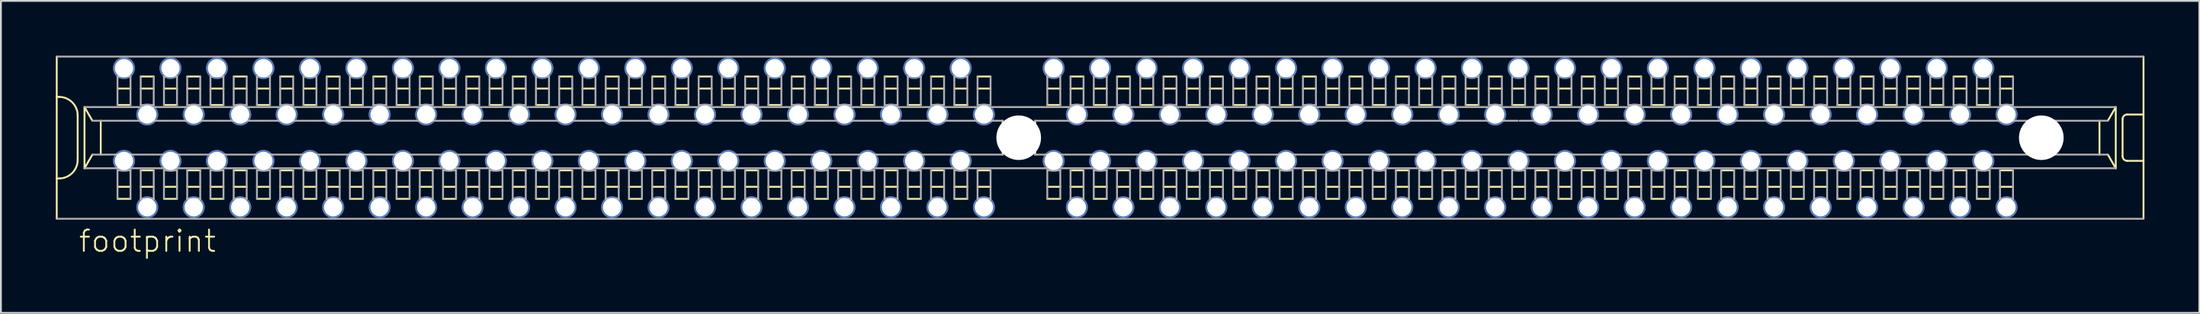
<source format=kicad_pcb>
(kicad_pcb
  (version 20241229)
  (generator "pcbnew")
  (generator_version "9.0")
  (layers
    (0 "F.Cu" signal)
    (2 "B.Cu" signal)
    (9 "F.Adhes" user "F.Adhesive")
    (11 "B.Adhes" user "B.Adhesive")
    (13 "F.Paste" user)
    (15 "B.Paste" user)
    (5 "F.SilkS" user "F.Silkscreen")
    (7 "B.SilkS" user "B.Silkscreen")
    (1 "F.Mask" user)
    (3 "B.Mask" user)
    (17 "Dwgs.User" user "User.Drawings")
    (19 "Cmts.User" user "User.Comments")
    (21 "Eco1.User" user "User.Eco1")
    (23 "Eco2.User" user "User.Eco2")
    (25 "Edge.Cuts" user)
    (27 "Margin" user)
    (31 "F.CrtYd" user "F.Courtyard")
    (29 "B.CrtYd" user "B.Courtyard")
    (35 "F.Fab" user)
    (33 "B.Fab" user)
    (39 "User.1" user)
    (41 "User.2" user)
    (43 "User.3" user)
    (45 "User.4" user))
  (footprint "footprint"
    (layer "F.Cu")
    (at 3.726 4.498)
    (property "Reference" "footprint" (at -2.54 6.35 0) (layer "F.SilkS") (effects (font (size 1.168 1.168) (thickness 0.102)) (justify left bottom)))
    (fp_line (start -3.675 -2.238) (end -3.675 -4.447) (stroke (width 0.102) (type solid)) (layer "F.SilkS"))
    (fp_line (start -3.675 -2.238) (end -3.548 -2.238) (stroke (width 0.102) (type solid)) (layer "F.SilkS"))
    (fp_line (start -3.675 2.233) (end -3.675 -2.238) (stroke (width 0.102) (type solid)) (layer "F.SilkS"))
    (fp_line (start -3.675 2.233) (end -3.548 2.233) (stroke (width 0.102) (type solid)) (layer "F.SilkS"))
    (fp_line (start -3.675 4.442) (end -3.675 2.233) (stroke (width 0.102) (type solid)) (layer "F.SilkS"))
    (fp_line (start -2.532 1.217) (end -2.532 -1.222) (stroke (width 0.102) (type solid)) (layer "F.SilkS"))
    (fp_line (start -2.159 -1.679) (end -2.159 1.674) (stroke (width 0.102) (type solid)) (layer "F.SilkS"))
    (fp_line (start -2.159 -1.679) (end -1.726 -0.93) (stroke (width 0.102) (type solid)) (layer "F.SilkS"))
    (fp_line (start -2.159 1.674) (end -1.726 0.925) (stroke (width 0.102) (type solid)) (layer "F.SilkS"))
    (fp_line (start -1.27 0.925) (end -1.27 -0.93) (stroke (width 0.102) (type solid)) (layer "F.SilkS"))
    (fp_line (start -0.355 -2.695) (end 0.355 -2.695) (stroke (width 0.102) (type solid)) (layer "F.SilkS"))
    (fp_line (start -0.355 2.69) (end 0.355 2.69) (stroke (width 0.102) (type solid)) (layer "F.SilkS"))
    (fp_line (start 0.355 -1.793) (end -0.355 -1.793) (stroke (width 0.102) (type solid)) (layer "F.SilkS"))
    (fp_line (start 0.355 3.35) (end -0.355 3.35) (stroke (width 0.102) (type solid)) (layer "F.SilkS"))
    (fp_line (start 0.914 -2.695) (end 1.625 -2.695) (stroke (width 0.102) (type solid)) (layer "F.SilkS"))
    (fp_line (start 0.914 2.69) (end 1.625 2.69) (stroke (width 0.102) (type solid)) (layer "F.SilkS"))
    (fp_line (start 1.625 -3.355) (end 0.914 -3.355) (stroke (width 0.102) (type solid)) (layer "F.SilkS"))
    (fp_line (start 1.625 1.788) (end 0.914 1.788) (stroke (width 0.102) (type solid)) (layer "F.SilkS"))
    (fp_line (start 2.184 -2.695) (end 2.896 -2.695) (stroke (width 0.102) (type solid)) (layer "F.SilkS"))
    (fp_line (start 2.184 2.69) (end 2.896 2.69) (stroke (width 0.102) (type solid)) (layer "F.SilkS"))
    (fp_line (start 2.896 -1.793) (end 2.184 -1.793) (stroke (width 0.102) (type solid)) (layer "F.SilkS"))
    (fp_line (start 2.896 3.35) (end 2.184 3.35) (stroke (width 0.102) (type solid)) (layer "F.SilkS"))
    (fp_line (start 3.454 -2.695) (end 4.165 -2.695) (stroke (width 0.102) (type solid)) (layer "F.SilkS"))
    (fp_line (start 3.454 2.69) (end 4.165 2.69) (stroke (width 0.102) (type solid)) (layer "F.SilkS"))
    (fp_line (start 4.165 -3.355) (end 3.454 -3.355) (stroke (width 0.102) (type solid)) (layer "F.SilkS"))
    (fp_line (start 4.165 1.788) (end 3.454 1.788) (stroke (width 0.102) (type solid)) (layer "F.SilkS"))
    (fp_line (start 4.724 -2.695) (end 5.436 -2.695) (stroke (width 0.102) (type solid)) (layer "F.SilkS"))
    (fp_line (start 4.724 2.69) (end 5.436 2.69) (stroke (width 0.102) (type solid)) (layer "F.SilkS"))
    (fp_line (start 5.436 -1.793) (end 4.724 -1.793) (stroke (width 0.102) (type solid)) (layer "F.SilkS"))
    (fp_line (start 5.436 3.35) (end 4.724 3.35) (stroke (width 0.102) (type solid)) (layer "F.SilkS"))
    (fp_line (start 5.995 -2.695) (end 6.705 -2.695) (stroke (width 0.102) (type solid)) (layer "F.SilkS"))
    (fp_line (start 5.995 2.69) (end 6.705 2.69) (stroke (width 0.102) (type solid)) (layer "F.SilkS"))
    (fp_line (start 6.705 -3.355) (end 5.995 -3.355) (stroke (width 0.102) (type solid)) (layer "F.SilkS"))
    (fp_line (start 6.705 1.788) (end 5.995 1.788) (stroke (width 0.102) (type solid)) (layer "F.SilkS"))
    (fp_line (start 7.264 -2.695) (end 7.976 -2.695) (stroke (width 0.102) (type solid)) (layer "F.SilkS"))
    (fp_line (start 7.264 2.69) (end 7.976 2.69) (stroke (width 0.102) (type solid)) (layer "F.SilkS"))
    (fp_line (start 7.976 -1.793) (end 7.264 -1.793) (stroke (width 0.102) (type solid)) (layer "F.SilkS"))
    (fp_line (start 7.976 3.35) (end 7.264 3.35) (stroke (width 0.102) (type solid)) (layer "F.SilkS"))
    (fp_line (start 8.534 -2.695) (end 9.245 -2.695) (stroke (width 0.102) (type solid)) (layer "F.SilkS"))
    (fp_line (start 8.534 2.69) (end 9.245 2.69) (stroke (width 0.102) (type solid)) (layer "F.SilkS"))
    (fp_line (start 9.245 -3.355) (end 8.534 -3.355) (stroke (width 0.102) (type solid)) (layer "F.SilkS"))
    (fp_line (start 9.245 1.788) (end 8.534 1.788) (stroke (width 0.102) (type solid)) (layer "F.SilkS"))
    (fp_line (start 9.805 -2.695) (end 10.515 -2.695) (stroke (width 0.102) (type solid)) (layer "F.SilkS"))
    (fp_line (start 9.805 2.69) (end 10.515 2.69) (stroke (width 0.102) (type solid)) (layer "F.SilkS"))
    (fp_line (start 10.515 -1.793) (end 9.805 -1.793) (stroke (width 0.102) (type solid)) (layer "F.SilkS"))
    (fp_line (start 10.515 3.35) (end 9.805 3.35) (stroke (width 0.102) (type solid)) (layer "F.SilkS"))
    (fp_line (start 11.075 -2.695) (end 11.786 -2.695) (stroke (width 0.102) (type solid)) (layer "F.SilkS"))
    (fp_line (start 11.075 2.69) (end 11.786 2.69) (stroke (width 0.102) (type solid)) (layer "F.SilkS"))
    (fp_line (start 11.786 -3.355) (end 11.075 -3.355) (stroke (width 0.102) (type solid)) (layer "F.SilkS"))
    (fp_line (start 11.786 1.788) (end 11.075 1.788) (stroke (width 0.102) (type solid)) (layer "F.SilkS"))
    (fp_line (start 12.345 -2.695) (end 13.056 -2.695) (stroke (width 0.102) (type solid)) (layer "F.SilkS"))
    (fp_line (start 12.345 2.69) (end 13.056 2.69) (stroke (width 0.102) (type solid)) (layer "F.SilkS"))
    (fp_line (start 13.056 -1.793) (end 12.345 -1.793) (stroke (width 0.102) (type solid)) (layer "F.SilkS"))
    (fp_line (start 13.056 3.35) (end 12.345 3.35) (stroke (width 0.102) (type solid)) (layer "F.SilkS"))
    (fp_line (start 13.623 -2.695) (end 14.334 -2.695) (stroke (width 0.102) (type solid)) (layer "F.SilkS"))
    (fp_line (start 13.623 2.69) (end 14.334 2.69) (stroke (width 0.102) (type solid)) (layer "F.SilkS"))
    (fp_line (start 14.334 -3.355) (end 13.623 -3.355) (stroke (width 0.102) (type solid)) (layer "F.SilkS"))
    (fp_line (start 14.334 1.788) (end 13.623 1.788) (stroke (width 0.102) (type solid)) (layer "F.SilkS"))
    (fp_line (start 14.893 -2.695) (end 15.604 -2.695) (stroke (width 0.102) (type solid)) (layer "F.SilkS"))
    (fp_line (start 14.893 2.69) (end 15.604 2.69) (stroke (width 0.102) (type solid)) (layer "F.SilkS"))
    (fp_line (start 15.604 -1.793) (end 14.893 -1.793) (stroke (width 0.102) (type solid)) (layer "F.SilkS"))
    (fp_line (start 15.604 3.35) (end 14.893 3.35) (stroke (width 0.102) (type solid)) (layer "F.SilkS"))
    (fp_line (start 16.163 -2.695) (end 16.873 -2.695) (stroke (width 0.102) (type solid)) (layer "F.SilkS"))
    (fp_line (start 16.163 2.69) (end 16.873 2.69) (stroke (width 0.102) (type solid)) (layer "F.SilkS"))
    (fp_line (start 16.873 -3.355) (end 16.163 -3.355) (stroke (width 0.102) (type solid)) (layer "F.SilkS"))
    (fp_line (start 16.873 1.788) (end 16.163 1.788) (stroke (width 0.102) (type solid)) (layer "F.SilkS"))
    (fp_line (start 17.433 -2.695) (end 18.143 -2.695) (stroke (width 0.102) (type solid)) (layer "F.SilkS"))
    (fp_line (start 17.433 2.69) (end 18.143 2.69) (stroke (width 0.102) (type solid)) (layer "F.SilkS"))
    (fp_line (start 18.143 -1.793) (end 17.433 -1.793) (stroke (width 0.102) (type solid)) (layer "F.SilkS"))
    (fp_line (start 18.143 3.35) (end 17.433 3.35) (stroke (width 0.102) (type solid)) (layer "F.SilkS"))
    (fp_line (start 18.703 -2.695) (end 19.413 -2.695) (stroke (width 0.102) (type solid)) (layer "F.SilkS"))
    (fp_line (start 18.703 2.69) (end 19.413 2.69) (stroke (width 0.102) (type solid)) (layer "F.SilkS"))
    (fp_line (start 19.413 -3.355) (end 18.703 -3.355) (stroke (width 0.102) (type solid)) (layer "F.SilkS"))
    (fp_line (start 19.413 1.788) (end 18.703 1.788) (stroke (width 0.102) (type solid)) (layer "F.SilkS"))
    (fp_line (start 19.973 -2.695) (end 20.683 -2.695) (stroke (width 0.102) (type solid)) (layer "F.SilkS"))
    (fp_line (start 19.973 2.69) (end 20.683 2.69) (stroke (width 0.102) (type solid)) (layer "F.SilkS"))
    (fp_line (start 20.683 -1.793) (end 19.973 -1.793) (stroke (width 0.102) (type solid)) (layer "F.SilkS"))
    (fp_line (start 20.683 3.35) (end 19.973 3.35) (stroke (width 0.102) (type solid)) (layer "F.SilkS"))
    (fp_line (start 21.242 -2.695) (end 21.953 -2.695) (stroke (width 0.102) (type solid)) (layer "F.SilkS"))
    (fp_line (start 21.242 2.69) (end 21.953 2.69) (stroke (width 0.102) (type solid)) (layer "F.SilkS"))
    (fp_line (start 21.953 -3.355) (end 21.242 -3.355) (stroke (width 0.102) (type solid)) (layer "F.SilkS"))
    (fp_line (start 21.953 1.788) (end 21.242 1.788) (stroke (width 0.102) (type solid)) (layer "F.SilkS"))
    (fp_line (start 22.512 -2.695) (end 23.224 -2.695) (stroke (width 0.102) (type solid)) (layer "F.SilkS"))
    (fp_line (start 22.512 2.69) (end 23.224 2.69) (stroke (width 0.102) (type solid)) (layer "F.SilkS"))
    (fp_line (start 23.224 -1.793) (end 22.512 -1.793) (stroke (width 0.102) (type solid)) (layer "F.SilkS"))
    (fp_line (start 23.224 3.35) (end 22.512 3.35) (stroke (width 0.102) (type solid)) (layer "F.SilkS"))
    (fp_line (start 23.782 -2.695) (end 24.494 -2.695) (stroke (width 0.102) (type solid)) (layer "F.SilkS"))
    (fp_line (start 23.782 2.69) (end 24.494 2.69) (stroke (width 0.102) (type solid)) (layer "F.SilkS"))
    (fp_line (start 24.494 -3.355) (end 23.782 -3.355) (stroke (width 0.102) (type solid)) (layer "F.SilkS"))
    (fp_line (start 24.494 1.788) (end 23.782 1.788) (stroke (width 0.102) (type solid)) (layer "F.SilkS"))
    (fp_line (start 25.052 -2.695) (end 25.764 -2.695) (stroke (width 0.102) (type solid)) (layer "F.SilkS"))
    (fp_line (start 25.052 2.69) (end 25.764 2.69) (stroke (width 0.102) (type solid)) (layer "F.SilkS"))
    (fp_line (start 25.764 -1.793) (end 25.052 -1.793) (stroke (width 0.102) (type solid)) (layer "F.SilkS"))
    (fp_line (start 25.764 3.35) (end 25.052 3.35) (stroke (width 0.102) (type solid)) (layer "F.SilkS"))
    (fp_line (start 26.323 -2.695) (end 27.034 -2.695) (stroke (width 0.102) (type solid)) (layer "F.SilkS"))
    (fp_line (start 26.323 2.69) (end 27.034 2.69) (stroke (width 0.102) (type solid)) (layer "F.SilkS"))
    (fp_line (start 27.034 -3.355) (end 26.323 -3.355) (stroke (width 0.102) (type solid)) (layer "F.SilkS"))
    (fp_line (start 27.034 1.788) (end 26.323 1.788) (stroke (width 0.102) (type solid)) (layer "F.SilkS"))
    (fp_line (start 27.593 -2.695) (end 28.303 -2.695) (stroke (width 0.102) (type solid)) (layer "F.SilkS"))
    (fp_line (start 27.593 2.69) (end 28.303 2.69) (stroke (width 0.102) (type solid)) (layer "F.SilkS"))
    (fp_line (start 28.303 -1.793) (end 27.593 -1.793) (stroke (width 0.102) (type solid)) (layer "F.SilkS"))
    (fp_line (start 28.303 3.35) (end 27.593 3.35) (stroke (width 0.102) (type solid)) (layer "F.SilkS"))
    (fp_line (start 28.863 -2.695) (end 29.573 -2.695) (stroke (width 0.102) (type solid)) (layer "F.SilkS"))
    (fp_line (start 28.863 2.69) (end 29.573 2.69) (stroke (width 0.102) (type solid)) (layer "F.SilkS"))
    (fp_line (start 29.573 -3.355) (end 28.863 -3.355) (stroke (width 0.102) (type solid)) (layer "F.SilkS"))
    (fp_line (start 29.573 1.788) (end 28.863 1.788) (stroke (width 0.102) (type solid)) (layer "F.SilkS"))
    (fp_line (start 30.133 -2.695) (end 30.843 -2.695) (stroke (width 0.102) (type solid)) (layer "F.SilkS"))
    (fp_line (start 30.133 2.69) (end 30.843 2.69) (stroke (width 0.102) (type solid)) (layer "F.SilkS"))
    (fp_line (start 30.843 -1.793) (end 30.133 -1.793) (stroke (width 0.102) (type solid)) (layer "F.SilkS"))
    (fp_line (start 30.843 3.35) (end 30.133 3.35) (stroke (width 0.102) (type solid)) (layer "F.SilkS"))
    (fp_line (start 31.402 -2.695) (end 32.114 -2.695) (stroke (width 0.102) (type solid)) (layer "F.SilkS"))
    (fp_line (start 31.402 2.69) (end 32.114 2.69) (stroke (width 0.102) (type solid)) (layer "F.SilkS"))
    (fp_line (start 32.114 -3.355) (end 31.402 -3.355) (stroke (width 0.102) (type solid)) (layer "F.SilkS"))
    (fp_line (start 32.114 1.788) (end 31.402 1.788) (stroke (width 0.102) (type solid)) (layer "F.SilkS"))
    (fp_line (start 32.672 -2.695) (end 33.383 -2.695) (stroke (width 0.102) (type solid)) (layer "F.SilkS"))
    (fp_line (start 32.672 2.69) (end 33.383 2.69) (stroke (width 0.102) (type solid)) (layer "F.SilkS"))
    (fp_line (start 33.383 -1.793) (end 32.672 -1.793) (stroke (width 0.102) (type solid)) (layer "F.SilkS"))
    (fp_line (start 33.383 3.35) (end 32.672 3.35) (stroke (width 0.102) (type solid)) (layer "F.SilkS"))
    (fp_line (start 33.943 -2.695) (end 34.654 -2.695) (stroke (width 0.102) (type solid)) (layer "F.SilkS"))
    (fp_line (start 33.943 2.69) (end 34.654 2.69) (stroke (width 0.102) (type solid)) (layer "F.SilkS"))
    (fp_line (start 34.654 -3.355) (end 33.943 -3.355) (stroke (width 0.102) (type solid)) (layer "F.SilkS"))
    (fp_line (start 34.654 1.788) (end 33.943 1.788) (stroke (width 0.102) (type solid)) (layer "F.SilkS"))
    (fp_line (start 35.212 -2.695) (end 35.923 -2.695) (stroke (width 0.102) (type solid)) (layer "F.SilkS"))
    (fp_line (start 35.212 2.69) (end 35.923 2.69) (stroke (width 0.102) (type solid)) (layer "F.SilkS"))
    (fp_line (start 35.923 -1.793) (end 35.212 -1.793) (stroke (width 0.102) (type solid)) (layer "F.SilkS"))
    (fp_line (start 35.923 3.35) (end 35.212 3.35) (stroke (width 0.102) (type solid)) (layer "F.SilkS"))
    (fp_line (start 36.483 -2.695) (end 37.194 -2.695) (stroke (width 0.102) (type solid)) (layer "F.SilkS"))
    (fp_line (start 36.483 2.69) (end 37.194 2.69) (stroke (width 0.102) (type solid)) (layer "F.SilkS"))
    (fp_line (start 37.194 -3.355) (end 36.483 -3.355) (stroke (width 0.102) (type solid)) (layer "F.SilkS"))
    (fp_line (start 37.194 1.788) (end 36.483 1.788) (stroke (width 0.102) (type solid)) (layer "F.SilkS"))
    (fp_line (start 37.752 -2.695) (end 38.464 -2.695) (stroke (width 0.102) (type solid)) (layer "F.SilkS"))
    (fp_line (start 37.752 2.69) (end 38.464 2.69) (stroke (width 0.102) (type solid)) (layer "F.SilkS"))
    (fp_line (start 38.464 -1.793) (end 37.752 -1.793) (stroke (width 0.102) (type solid)) (layer "F.SilkS"))
    (fp_line (start 38.464 3.35) (end 37.752 3.35) (stroke (width 0.102) (type solid)) (layer "F.SilkS"))
    (fp_line (start 39.023 -2.695) (end 39.733 -2.695) (stroke (width 0.102) (type solid)) (layer "F.SilkS"))
    (fp_line (start 39.023 2.69) (end 39.733 2.69) (stroke (width 0.102) (type solid)) (layer "F.SilkS"))
    (fp_line (start 39.733 -3.355) (end 39.023 -3.355) (stroke (width 0.102) (type solid)) (layer "F.SilkS"))
    (fp_line (start 39.733 1.788) (end 39.023 1.788) (stroke (width 0.102) (type solid)) (layer "F.SilkS"))
    (fp_line (start 40.292 -2.695) (end 41.004 -2.695) (stroke (width 0.102) (type solid)) (layer "F.SilkS"))
    (fp_line (start 40.292 2.69) (end 41.004 2.69) (stroke (width 0.102) (type solid)) (layer "F.SilkS"))
    (fp_line (start 41.004 -1.793) (end 40.292 -1.793) (stroke (width 0.102) (type solid)) (layer "F.SilkS"))
    (fp_line (start 41.004 3.35) (end 40.292 3.35) (stroke (width 0.102) (type solid)) (layer "F.SilkS"))
    (fp_line (start 41.562 -2.695) (end 42.273 -2.695) (stroke (width 0.102) (type solid)) (layer "F.SilkS"))
    (fp_line (start 41.562 2.69) (end 42.273 2.69) (stroke (width 0.102) (type solid)) (layer "F.SilkS"))
    (fp_line (start 42.273 -3.355) (end 41.562 -3.355) (stroke (width 0.102) (type solid)) (layer "F.SilkS"))
    (fp_line (start 42.273 1.788) (end 41.562 1.788) (stroke (width 0.102) (type solid)) (layer "F.SilkS"))
    (fp_line (start 42.833 -2.695) (end 43.544 -2.695) (stroke (width 0.102) (type solid)) (layer "F.SilkS"))
    (fp_line (start 42.833 2.69) (end 43.544 2.69) (stroke (width 0.102) (type solid)) (layer "F.SilkS"))
    (fp_line (start 43.544 -1.793) (end 42.833 -1.793) (stroke (width 0.102) (type solid)) (layer "F.SilkS"))
    (fp_line (start 43.544 3.35) (end 42.833 3.35) (stroke (width 0.102) (type solid)) (layer "F.SilkS"))
    (fp_line (start 44.102 -2.695) (end 44.813 -2.695) (stroke (width 0.102) (type solid)) (layer "F.SilkS"))
    (fp_line (start 44.102 2.69) (end 44.813 2.69) (stroke (width 0.102) (type solid)) (layer "F.SilkS"))
    (fp_line (start 44.813 -3.355) (end 44.102 -3.355) (stroke (width 0.102) (type solid)) (layer "F.SilkS"))
    (fp_line (start 44.813 1.788) (end 44.102 1.788) (stroke (width 0.102) (type solid)) (layer "F.SilkS"))
    (fp_line (start 45.373 -2.695) (end 46.084 -2.695) (stroke (width 0.102) (type solid)) (layer "F.SilkS"))
    (fp_line (start 45.373 2.69) (end 46.084 2.69) (stroke (width 0.102) (type solid)) (layer "F.SilkS"))
    (fp_line (start 46.084 -1.793) (end 45.373 -1.793) (stroke (width 0.102) (type solid)) (layer "F.SilkS"))
    (fp_line (start 46.084 3.35) (end 45.373 3.35) (stroke (width 0.102) (type solid)) (layer "F.SilkS"))
    (fp_line (start 46.642 -2.695) (end 47.353 -2.695) (stroke (width 0.102) (type solid)) (layer "F.SilkS"))
    (fp_line (start 46.642 2.69) (end 47.353 2.69) (stroke (width 0.102) (type solid)) (layer "F.SilkS"))
    (fp_line (start 47.353 -3.355) (end 46.642 -3.355) (stroke (width 0.102) (type solid)) (layer "F.SilkS"))
    (fp_line (start 47.353 1.788) (end 46.642 1.788) (stroke (width 0.102) (type solid)) (layer "F.SilkS"))
    (fp_line (start 48.014 -0.93) (end 48.014 0.925) (stroke (width 0.102) (type solid)) (layer "F.SilkS"))
    (fp_line (start 49.792 -0.93) (end 49.792 0.925) (stroke (width 0.102) (type solid)) (layer "F.SilkS"))
    (fp_line (start 50.453 -2.695) (end 51.163 -2.695) (stroke (width 0.102) (type solid)) (layer "F.SilkS"))
    (fp_line (start 50.453 2.69) (end 51.163 2.69) (stroke (width 0.102) (type solid)) (layer "F.SilkS"))
    (fp_line (start 51.163 -1.793) (end 50.453 -1.793) (stroke (width 0.102) (type solid)) (layer "F.SilkS"))
    (fp_line (start 51.163 3.35) (end 50.453 3.35) (stroke (width 0.102) (type solid)) (layer "F.SilkS"))
    (fp_line (start 51.722 -2.695) (end 52.434 -2.695) (stroke (width 0.102) (type solid)) (layer "F.SilkS"))
    (fp_line (start 51.722 2.69) (end 52.434 2.69) (stroke (width 0.102) (type solid)) (layer "F.SilkS"))
    (fp_line (start 52.434 -3.355) (end 51.722 -3.355) (stroke (width 0.102) (type solid)) (layer "F.SilkS"))
    (fp_line (start 52.434 1.788) (end 51.722 1.788) (stroke (width 0.102) (type solid)) (layer "F.SilkS"))
    (fp_line (start 52.992 -2.695) (end 53.703 -2.695) (stroke (width 0.102) (type solid)) (layer "F.SilkS"))
    (fp_line (start 52.992 2.69) (end 53.703 2.69) (stroke (width 0.102) (type solid)) (layer "F.SilkS"))
    (fp_line (start 53.703 -1.793) (end 52.992 -1.793) (stroke (width 0.102) (type solid)) (layer "F.SilkS"))
    (fp_line (start 53.703 3.35) (end 52.992 3.35) (stroke (width 0.102) (type solid)) (layer "F.SilkS"))
    (fp_line (start 54.263 -2.695) (end 54.974 -2.695) (stroke (width 0.102) (type solid)) (layer "F.SilkS"))
    (fp_line (start 54.263 2.69) (end 54.974 2.69) (stroke (width 0.102) (type solid)) (layer "F.SilkS"))
    (fp_line (start 54.974 -3.355) (end 54.263 -3.355) (stroke (width 0.102) (type solid)) (layer "F.SilkS"))
    (fp_line (start 54.974 1.788) (end 54.263 1.788) (stroke (width 0.102) (type solid)) (layer "F.SilkS"))
    (fp_line (start 55.532 -2.695) (end 56.243 -2.695) (stroke (width 0.102) (type solid)) (layer "F.SilkS"))
    (fp_line (start 55.532 2.69) (end 56.243 2.69) (stroke (width 0.102) (type solid)) (layer "F.SilkS"))
    (fp_line (start 56.243 -1.793) (end 55.532 -1.793) (stroke (width 0.102) (type solid)) (layer "F.SilkS"))
    (fp_line (start 56.243 3.35) (end 55.532 3.35) (stroke (width 0.102) (type solid)) (layer "F.SilkS"))
    (fp_line (start 56.803 -2.695) (end 57.514 -2.695) (stroke (width 0.102) (type solid)) (layer "F.SilkS"))
    (fp_line (start 56.803 2.69) (end 57.514 2.69) (stroke (width 0.102) (type solid)) (layer "F.SilkS"))
    (fp_line (start 57.514 -3.355) (end 56.803 -3.355) (stroke (width 0.102) (type solid)) (layer "F.SilkS"))
    (fp_line (start 57.514 1.788) (end 56.803 1.788) (stroke (width 0.102) (type solid)) (layer "F.SilkS"))
    (fp_line (start 58.072 -2.695) (end 58.783 -2.695) (stroke (width 0.102) (type solid)) (layer "F.SilkS"))
    (fp_line (start 58.072 2.69) (end 58.783 2.69) (stroke (width 0.102) (type solid)) (layer "F.SilkS"))
    (fp_line (start 58.783 -1.793) (end 58.072 -1.793) (stroke (width 0.102) (type solid)) (layer "F.SilkS"))
    (fp_line (start 58.783 3.35) (end 58.072 3.35) (stroke (width 0.102) (type solid)) (layer "F.SilkS"))
    (fp_line (start 59.343 -2.695) (end 60.053 -2.695) (stroke (width 0.102) (type solid)) (layer "F.SilkS"))
    (fp_line (start 59.343 2.69) (end 60.053 2.69) (stroke (width 0.102) (type solid)) (layer "F.SilkS"))
    (fp_line (start 60.053 -3.355) (end 59.343 -3.355) (stroke (width 0.102) (type solid)) (layer "F.SilkS"))
    (fp_line (start 60.053 1.788) (end 59.343 1.788) (stroke (width 0.102) (type solid)) (layer "F.SilkS"))
    (fp_line (start 60.612 -2.695) (end 61.324 -2.695) (stroke (width 0.102) (type solid)) (layer "F.SilkS"))
    (fp_line (start 60.612 2.69) (end 61.324 2.69) (stroke (width 0.102) (type solid)) (layer "F.SilkS"))
    (fp_line (start 61.324 -1.793) (end 60.612 -1.793) (stroke (width 0.102) (type solid)) (layer "F.SilkS"))
    (fp_line (start 61.324 3.35) (end 60.612 3.35) (stroke (width 0.102) (type solid)) (layer "F.SilkS"))
    (fp_line (start 61.883 -2.695) (end 62.593 -2.695) (stroke (width 0.102) (type solid)) (layer "F.SilkS"))
    (fp_line (start 61.883 2.69) (end 62.593 2.69) (stroke (width 0.102) (type solid)) (layer "F.SilkS"))
    (fp_line (start 62.593 -3.355) (end 61.883 -3.355) (stroke (width 0.102) (type solid)) (layer "F.SilkS"))
    (fp_line (start 62.593 1.788) (end 61.883 1.788) (stroke (width 0.102) (type solid)) (layer "F.SilkS"))
    (fp_line (start 63.153 -2.695) (end 63.864 -2.695) (stroke (width 0.102) (type solid)) (layer "F.SilkS"))
    (fp_line (start 63.153 2.69) (end 63.864 2.69) (stroke (width 0.102) (type solid)) (layer "F.SilkS"))
    (fp_line (start 63.864 -1.793) (end 63.153 -1.793) (stroke (width 0.102) (type solid)) (layer "F.SilkS"))
    (fp_line (start 63.864 3.35) (end 63.153 3.35) (stroke (width 0.102) (type solid)) (layer "F.SilkS"))
    (fp_line (start 64.422 -2.695) (end 65.133 -2.695) (stroke (width 0.102) (type solid)) (layer "F.SilkS"))
    (fp_line (start 64.422 2.69) (end 65.133 2.69) (stroke (width 0.102) (type solid)) (layer "F.SilkS"))
    (fp_line (start 65.133 -3.355) (end 64.422 -3.355) (stroke (width 0.102) (type solid)) (layer "F.SilkS"))
    (fp_line (start 65.133 1.788) (end 64.422 1.788) (stroke (width 0.102) (type solid)) (layer "F.SilkS"))
    (fp_line (start 65.692 -2.695) (end 66.403 -2.695) (stroke (width 0.102) (type solid)) (layer "F.SilkS"))
    (fp_line (start 65.692 2.69) (end 66.403 2.69) (stroke (width 0.102) (type solid)) (layer "F.SilkS"))
    (fp_line (start 66.403 -1.793) (end 65.692 -1.793) (stroke (width 0.102) (type solid)) (layer "F.SilkS"))
    (fp_line (start 66.403 3.35) (end 65.692 3.35) (stroke (width 0.102) (type solid)) (layer "F.SilkS"))
    (fp_line (start 66.963 -2.695) (end 67.674 -2.695) (stroke (width 0.102) (type solid)) (layer "F.SilkS"))
    (fp_line (start 66.963 2.69) (end 67.674 2.69) (stroke (width 0.102) (type solid)) (layer "F.SilkS"))
    (fp_line (start 67.674 -3.355) (end 66.963 -3.355) (stroke (width 0.102) (type solid)) (layer "F.SilkS"))
    (fp_line (start 67.674 1.788) (end 66.963 1.788) (stroke (width 0.102) (type solid)) (layer "F.SilkS"))
    (fp_line (start 68.233 -2.695) (end 68.944 -2.695) (stroke (width 0.102) (type solid)) (layer "F.SilkS"))
    (fp_line (start 68.233 2.69) (end 68.944 2.69) (stroke (width 0.102) (type solid)) (layer "F.SilkS"))
    (fp_line (start 68.944 -1.793) (end 68.233 -1.793) (stroke (width 0.102) (type solid)) (layer "F.SilkS"))
    (fp_line (start 68.944 3.35) (end 68.233 3.35) (stroke (width 0.102) (type solid)) (layer "F.SilkS"))
    (fp_line (start 69.502 -2.695) (end 70.213 -2.695) (stroke (width 0.102) (type solid)) (layer "F.SilkS"))
    (fp_line (start 69.502 2.69) (end 70.213 2.69) (stroke (width 0.102) (type solid)) (layer "F.SilkS"))
    (fp_line (start 70.213 -3.355) (end 69.502 -3.355) (stroke (width 0.102) (type solid)) (layer "F.SilkS"))
    (fp_line (start 70.213 1.788) (end 69.502 1.788) (stroke (width 0.102) (type solid)) (layer "F.SilkS"))
    (fp_line (start 70.772 -2.695) (end 71.484 -2.695) (stroke (width 0.102) (type solid)) (layer "F.SilkS"))
    (fp_line (start 70.772 2.69) (end 71.484 2.69) (stroke (width 0.102) (type solid)) (layer "F.SilkS"))
    (fp_line (start 71.484 -1.793) (end 70.772 -1.793) (stroke (width 0.102) (type solid)) (layer "F.SilkS"))
    (fp_line (start 71.484 3.35) (end 70.772 3.35) (stroke (width 0.102) (type solid)) (layer "F.SilkS"))
    (fp_line (start 72.043 -2.695) (end 72.754 -2.695) (stroke (width 0.102) (type solid)) (layer "F.SilkS"))
    (fp_line (start 72.043 2.69) (end 72.754 2.69) (stroke (width 0.102) (type solid)) (layer "F.SilkS"))
    (fp_line (start 72.754 -3.355) (end 72.043 -3.355) (stroke (width 0.102) (type solid)) (layer "F.SilkS"))
    (fp_line (start 72.754 1.788) (end 72.043 1.788) (stroke (width 0.102) (type solid)) (layer "F.SilkS"))
    (fp_line (start 73.312 -2.695) (end 74.023 -2.695) (stroke (width 0.102) (type solid)) (layer "F.SilkS"))
    (fp_line (start 73.312 2.69) (end 74.023 2.69) (stroke (width 0.102) (type solid)) (layer "F.SilkS"))
    (fp_line (start 74.023 -1.793) (end 73.312 -1.793) (stroke (width 0.102) (type solid)) (layer "F.SilkS"))
    (fp_line (start 74.023 3.35) (end 73.312 3.35) (stroke (width 0.102) (type solid)) (layer "F.SilkS"))
    (fp_line (start 74.582 -2.695) (end 75.293 -2.695) (stroke (width 0.102) (type solid)) (layer "F.SilkS"))
    (fp_line (start 74.582 2.69) (end 75.293 2.69) (stroke (width 0.102) (type solid)) (layer "F.SilkS"))
    (fp_line (start 75.293 -3.355) (end 74.582 -3.355) (stroke (width 0.102) (type solid)) (layer "F.SilkS"))
    (fp_line (start 75.293 1.788) (end 74.582 1.788) (stroke (width 0.102) (type solid)) (layer "F.SilkS"))
    (fp_line (start 75.853 -2.695) (end 76.564 -2.695) (stroke (width 0.102) (type solid)) (layer "F.SilkS"))
    (fp_line (start 75.853 2.69) (end 76.564 2.69) (stroke (width 0.102) (type solid)) (layer "F.SilkS"))
    (fp_line (start 76.564 -1.793) (end 75.853 -1.793) (stroke (width 0.102) (type solid)) (layer "F.SilkS"))
    (fp_line (start 76.564 3.35) (end 75.853 3.35) (stroke (width 0.102) (type solid)) (layer "F.SilkS"))
    (fp_line (start 77.123 -2.695) (end 77.834 -2.695) (stroke (width 0.102) (type solid)) (layer "F.SilkS"))
    (fp_line (start 77.123 2.69) (end 77.834 2.69) (stroke (width 0.102) (type solid)) (layer "F.SilkS"))
    (fp_line (start 77.834 -3.355) (end 77.123 -3.355) (stroke (width 0.102) (type solid)) (layer "F.SilkS"))
    (fp_line (start 77.834 1.788) (end 77.123 1.788) (stroke (width 0.102) (type solid)) (layer "F.SilkS"))
    (fp_line (start 78.385 -2.695) (end 79.096 -2.695) (stroke (width 0.102) (type solid)) (layer "F.SilkS"))
    (fp_line (start 78.385 2.69) (end 79.096 2.69) (stroke (width 0.102) (type solid)) (layer "F.SilkS"))
    (fp_line (start 79.096 -1.793) (end 78.385 -1.793) (stroke (width 0.102) (type solid)) (layer "F.SilkS"))
    (fp_line (start 79.096 3.35) (end 78.385 3.35) (stroke (width 0.102) (type solid)) (layer "F.SilkS"))
    (fp_line (start 79.654 -2.695) (end 80.365 -2.695) (stroke (width 0.102) (type solid)) (layer "F.SilkS"))
    (fp_line (start 79.654 2.69) (end 80.365 2.69) (stroke (width 0.102) (type solid)) (layer "F.SilkS"))
    (fp_line (start 80.365 -3.355) (end 79.654 -3.355) (stroke (width 0.102) (type solid)) (layer "F.SilkS"))
    (fp_line (start 80.365 1.788) (end 79.654 1.788) (stroke (width 0.102) (type solid)) (layer "F.SilkS"))
    (fp_line (start 80.924 -2.695) (end 81.635 -2.695) (stroke (width 0.102) (type solid)) (layer "F.SilkS"))
    (fp_line (start 80.924 2.69) (end 81.635 2.69) (stroke (width 0.102) (type solid)) (layer "F.SilkS"))
    (fp_line (start 81.635 -1.793) (end 80.924 -1.793) (stroke (width 0.102) (type solid)) (layer "F.SilkS"))
    (fp_line (start 81.635 3.35) (end 80.924 3.35) (stroke (width 0.102) (type solid)) (layer "F.SilkS"))
    (fp_line (start 82.195 -2.695) (end 82.906 -2.695) (stroke (width 0.102) (type solid)) (layer "F.SilkS"))
    (fp_line (start 82.195 2.69) (end 82.906 2.69) (stroke (width 0.102) (type solid)) (layer "F.SilkS"))
    (fp_line (start 82.906 -3.355) (end 82.195 -3.355) (stroke (width 0.102) (type solid)) (layer "F.SilkS"))
    (fp_line (start 82.906 1.788) (end 82.195 1.788) (stroke (width 0.102) (type solid)) (layer "F.SilkS"))
    (fp_line (start 83.465 -2.695) (end 84.175 -2.695) (stroke (width 0.102) (type solid)) (layer "F.SilkS"))
    (fp_line (start 83.465 2.69) (end 84.175 2.69) (stroke (width 0.102) (type solid)) (layer "F.SilkS"))
    (fp_line (start 84.175 -1.793) (end 83.465 -1.793) (stroke (width 0.102) (type solid)) (layer "F.SilkS"))
    (fp_line (start 84.175 3.35) (end 83.465 3.35) (stroke (width 0.102) (type solid)) (layer "F.SilkS"))
    (fp_line (start 84.734 -2.695) (end 85.445 -2.695) (stroke (width 0.102) (type solid)) (layer "F.SilkS"))
    (fp_line (start 84.734 2.69) (end 85.445 2.69) (stroke (width 0.102) (type solid)) (layer "F.SilkS"))
    (fp_line (start 85.445 -3.355) (end 84.734 -3.355) (stroke (width 0.102) (type solid)) (layer "F.SilkS"))
    (fp_line (start 85.445 1.788) (end 84.734 1.788) (stroke (width 0.102) (type solid)) (layer "F.SilkS"))
    (fp_line (start 86.004 -2.695) (end 86.716 -2.695) (stroke (width 0.102) (type solid)) (layer "F.SilkS"))
    (fp_line (start 86.004 2.69) (end 86.716 2.69) (stroke (width 0.102) (type solid)) (layer "F.SilkS"))
    (fp_line (start 86.716 -1.793) (end 86.004 -1.793) (stroke (width 0.102) (type solid)) (layer "F.SilkS"))
    (fp_line (start 86.716 3.35) (end 86.004 3.35) (stroke (width 0.102) (type solid)) (layer "F.SilkS"))
    (fp_line (start 87.275 -2.695) (end 87.986 -2.695) (stroke (width 0.102) (type solid)) (layer "F.SilkS"))
    (fp_line (start 87.275 2.69) (end 87.986 2.69) (stroke (width 0.102) (type solid)) (layer "F.SilkS"))
    (fp_line (start 87.986 -3.355) (end 87.275 -3.355) (stroke (width 0.102) (type solid)) (layer "F.SilkS"))
    (fp_line (start 87.986 1.788) (end 87.275 1.788) (stroke (width 0.102) (type solid)) (layer "F.SilkS"))
    (fp_line (start 88.544 -2.695) (end 89.255 -2.695) (stroke (width 0.102) (type solid)) (layer "F.SilkS"))
    (fp_line (start 88.544 2.69) (end 89.255 2.69) (stroke (width 0.102) (type solid)) (layer "F.SilkS"))
    (fp_line (start 89.255 -1.793) (end 88.544 -1.793) (stroke (width 0.102) (type solid)) (layer "F.SilkS"))
    (fp_line (start 89.255 3.35) (end 88.544 3.35) (stroke (width 0.102) (type solid)) (layer "F.SilkS"))
    (fp_line (start 89.814 -2.695) (end 90.525 -2.695) (stroke (width 0.102) (type solid)) (layer "F.SilkS"))
    (fp_line (start 89.814 2.69) (end 90.525 2.69) (stroke (width 0.102) (type solid)) (layer "F.SilkS"))
    (fp_line (start 90.525 -3.355) (end 89.814 -3.355) (stroke (width 0.102) (type solid)) (layer "F.SilkS"))
    (fp_line (start 90.525 1.788) (end 89.814 1.788) (stroke (width 0.102) (type solid)) (layer "F.SilkS"))
    (fp_line (start 91.085 -2.695) (end 91.796 -2.695) (stroke (width 0.102) (type solid)) (layer "F.SilkS"))
    (fp_line (start 91.085 2.69) (end 91.796 2.69) (stroke (width 0.102) (type solid)) (layer "F.SilkS"))
    (fp_line (start 91.796 -1.793) (end 91.085 -1.793) (stroke (width 0.102) (type solid)) (layer "F.SilkS"))
    (fp_line (start 91.796 3.35) (end 91.085 3.35) (stroke (width 0.102) (type solid)) (layer "F.SilkS"))
    (fp_line (start 92.355 -2.695) (end 93.066 -2.695) (stroke (width 0.102) (type solid)) (layer "F.SilkS"))
    (fp_line (start 92.355 2.69) (end 93.066 2.69) (stroke (width 0.102) (type solid)) (layer "F.SilkS"))
    (fp_line (start 93.066 -3.355) (end 92.355 -3.355) (stroke (width 0.102) (type solid)) (layer "F.SilkS"))
    (fp_line (start 93.066 1.788) (end 92.355 1.788) (stroke (width 0.102) (type solid)) (layer "F.SilkS"))
    (fp_line (start 93.624 -2.695) (end 94.335 -2.695) (stroke (width 0.102) (type solid)) (layer "F.SilkS"))
    (fp_line (start 93.624 2.69) (end 94.335 2.69) (stroke (width 0.102) (type solid)) (layer "F.SilkS"))
    (fp_line (start 94.335 -1.793) (end 93.624 -1.793) (stroke (width 0.102) (type solid)) (layer "F.SilkS"))
    (fp_line (start 94.335 3.35) (end 93.624 3.35) (stroke (width 0.102) (type solid)) (layer "F.SilkS"))
    (fp_line (start 94.894 -2.695) (end 95.606 -2.695) (stroke (width 0.102) (type solid)) (layer "F.SilkS"))
    (fp_line (start 94.894 2.69) (end 95.606 2.69) (stroke (width 0.102) (type solid)) (layer "F.SilkS"))
    (fp_line (start 95.606 -3.355) (end 94.894 -3.355) (stroke (width 0.102) (type solid)) (layer "F.SilkS"))
    (fp_line (start 95.606 1.788) (end 94.894 1.788) (stroke (width 0.102) (type solid)) (layer "F.SilkS"))
    (fp_line (start 96.165 -2.695) (end 96.876 -2.695) (stroke (width 0.102) (type solid)) (layer "F.SilkS"))
    (fp_line (start 96.165 2.69) (end 96.876 2.69) (stroke (width 0.102) (type solid)) (layer "F.SilkS"))
    (fp_line (start 96.876 -1.793) (end 96.165 -1.793) (stroke (width 0.102) (type solid)) (layer "F.SilkS"))
    (fp_line (start 96.876 3.35) (end 96.165 3.35) (stroke (width 0.102) (type solid)) (layer "F.SilkS"))
    (fp_line (start 97.434 -2.695) (end 98.145 -2.695) (stroke (width 0.102) (type solid)) (layer "F.SilkS"))
    (fp_line (start 97.434 2.69) (end 98.145 2.69) (stroke (width 0.102) (type solid)) (layer "F.SilkS"))
    (fp_line (start 98.145 -3.355) (end 97.434 -3.355) (stroke (width 0.102) (type solid)) (layer "F.SilkS"))
    (fp_line (start 98.145 1.788) (end 97.434 1.788) (stroke (width 0.102) (type solid)) (layer "F.SilkS"))
    (fp_line (start 98.704 -2.695) (end 99.415 -2.695) (stroke (width 0.102) (type solid)) (layer "F.SilkS"))
    (fp_line (start 98.704 2.69) (end 99.415 2.69) (stroke (width 0.102) (type solid)) (layer "F.SilkS"))
    (fp_line (start 99.415 -1.793) (end 98.704 -1.793) (stroke (width 0.102) (type solid)) (layer "F.SilkS"))
    (fp_line (start 99.415 3.35) (end 98.704 3.35) (stroke (width 0.102) (type solid)) (layer "F.SilkS"))
    (fp_line (start 99.975 -2.695) (end 100.686 -2.695) (stroke (width 0.102) (type solid)) (layer "F.SilkS"))
    (fp_line (start 99.975 2.69) (end 100.686 2.69) (stroke (width 0.102) (type solid)) (layer "F.SilkS"))
    (fp_line (start 100.686 -3.355) (end 99.975 -3.355) (stroke (width 0.102) (type solid)) (layer "F.SilkS"))
    (fp_line (start 100.686 1.788) (end 99.975 1.788) (stroke (width 0.102) (type solid)) (layer "F.SilkS"))
    (fp_line (start 101.245 -2.695) (end 101.956 -2.695) (stroke (width 0.102) (type solid)) (layer "F.SilkS"))
    (fp_line (start 101.245 2.69) (end 101.956 2.69) (stroke (width 0.102) (type solid)) (layer "F.SilkS"))
    (fp_line (start 101.956 -1.793) (end 101.245 -1.793) (stroke (width 0.102) (type solid)) (layer "F.SilkS"))
    (fp_line (start 101.956 3.35) (end 101.245 3.35) (stroke (width 0.102) (type solid)) (layer "F.SilkS"))
    (fp_line (start 102.514 -2.695) (end 103.225 -2.695) (stroke (width 0.102) (type solid)) (layer "F.SilkS"))
    (fp_line (start 102.514 2.69) (end 103.225 2.69) (stroke (width 0.102) (type solid)) (layer "F.SilkS"))
    (fp_line (start 103.225 -3.355) (end 102.514 -3.355) (stroke (width 0.102) (type solid)) (layer "F.SilkS"))
    (fp_line (start 103.225 1.788) (end 102.514 1.788) (stroke (width 0.102) (type solid)) (layer "F.SilkS"))
    (fp_line (start 107.95 0.925) (end 107.95 -0.93) (stroke (width 0.102) (type solid)) (layer "F.SilkS"))
    (fp_line (start 108.839 -1.679) (end 108.406 -0.93) (stroke (width 0.102) (type solid)) (layer "F.SilkS"))
    (fp_line (start 108.839 -1.679) (end 108.839 1.674) (stroke (width 0.102) (type solid)) (layer "F.SilkS"))
    (fp_line (start 108.839 1.674) (end 108.406 0.925) (stroke (width 0.102) (type solid)) (layer "F.SilkS"))
    (fp_line (start 109.212 -1.018) (end 109.212 1.014) (stroke (width 0.102) (type solid)) (layer "F.SilkS"))
    (fp_line (start 110.355 -1.272) (end 109.466 -1.272) (stroke (width 0.102) (type solid)) (layer "F.SilkS"))
    (fp_line (start 110.355 1.268) (end 109.466 1.268) (stroke (width 0.102) (type solid)) (layer "F.SilkS"))
    (fp_line (start 110.355 4.442) (end 110.355 -4.447) (stroke (width 0.102) (type solid)) (layer "F.SilkS"))
    (fp_arc (start -3.548 -2.2377) (mid -2.82958 -1.94012) (end -2.532 -1.2217) (stroke (width 0.1016) (type solid)) (layer "F.SilkS"))
    (fp_arc (start -2.532 1.2167) (mid -2.82958 1.93512) (end -3.548 2.2327) (stroke (width 0.1016) (type solid)) (layer "F.SilkS"))
    (fp_arc (start 109.212 -1.0185) (mid 109.286395 -1.198105) (end 109.466 -1.2725) (stroke (width 0.1016) (type solid)) (layer "F.SilkS"))
    (fp_arc (start 109.466 1.2675) (mid 109.286395 1.193105) (end 109.212 1.0135) (stroke (width 0.1016) (type solid)) (layer "F.SilkS"))
    (fp_line (start -3.675 -4.447) (end 110.355 -4.447) (stroke (width 0.102) (type solid)) (layer "F.Fab"))
    (fp_line (start -3.675 4.442) (end 110.355 4.442) (stroke (width 0.102) (type solid)) (layer "F.Fab"))
    (fp_line (start -2.159 -1.679) (end 108.839 -1.679) (stroke (width 0.102) (type solid)) (layer "F.Fab"))
    (fp_line (start -2.159 1.674) (end 108.839 1.674) (stroke (width 0.102) (type solid)) (layer "F.Fab"))
    (fp_line (start -1.726 -0.93) (end 48.025 -0.93) (stroke (width 0.102) (type solid)) (layer "F.Fab"))
    (fp_line (start -1.726 0.925) (end 48.025 0.925) (stroke (width 0.102) (type solid)) (layer "F.Fab"))
    (fp_line (start -0.355 -3.355) (end -0.355 -1.793) (stroke (width 0.102) (type solid)) (layer "F.Fab"))
    (fp_line (start -0.355 1.788) (end -0.355 3.35) (stroke (width 0.102) (type solid)) (layer "F.Fab"))
    (fp_line (start 0.355 -3.355) (end -0.355 -3.355) (stroke (width 0.102) (type solid)) (layer "F.Fab"))
    (fp_line (start 0.355 -3.355) (end 0.355 -1.793) (stroke (width 0.102) (type solid)) (layer "F.Fab"))
    (fp_line (start 0.355 1.788) (end -0.355 1.788) (stroke (width 0.102) (type solid)) (layer "F.Fab"))
    (fp_line (start 0.355 1.788) (end 0.355 3.35) (stroke (width 0.102) (type solid)) (layer "F.Fab"))
    (fp_line (start 0.914 -3.355) (end 0.914 -1.793) (stroke (width 0.102) (type solid)) (layer "F.Fab"))
    (fp_line (start 0.914 1.788) (end 0.914 3.35) (stroke (width 0.102) (type solid)) (layer "F.Fab"))
    (fp_line (start 1.625 -3.355) (end 1.625 -1.793) (stroke (width 0.102) (type solid)) (layer "F.Fab"))
    (fp_line (start 1.625 -1.793) (end 0.914 -1.793) (stroke (width 0.102) (type solid)) (layer "F.Fab"))
    (fp_line (start 1.625 1.788) (end 1.625 3.35) (stroke (width 0.102) (type solid)) (layer "F.Fab"))
    (fp_line (start 1.625 3.35) (end 0.914 3.35) (stroke (width 0.102) (type solid)) (layer "F.Fab"))
    (fp_line (start 2.184 -3.355) (end 2.184 -1.793) (stroke (width 0.102) (type solid)) (layer "F.Fab"))
    (fp_line (start 2.184 1.788) (end 2.184 3.35) (stroke (width 0.102) (type solid)) (layer "F.Fab"))
    (fp_line (start 2.896 -3.355) (end 2.184 -3.355) (stroke (width 0.102) (type solid)) (layer "F.Fab"))
    (fp_line (start 2.896 -3.355) (end 2.896 -1.793) (stroke (width 0.102) (type solid)) (layer "F.Fab"))
    (fp_line (start 2.896 1.788) (end 2.184 1.788) (stroke (width 0.102) (type solid)) (layer "F.Fab"))
    (fp_line (start 2.896 1.788) (end 2.896 3.35) (stroke (width 0.102) (type solid)) (layer "F.Fab"))
    (fp_line (start 3.454 -3.355) (end 3.454 -1.793) (stroke (width 0.102) (type solid)) (layer "F.Fab"))
    (fp_line (start 3.454 1.788) (end 3.454 3.35) (stroke (width 0.102) (type solid)) (layer "F.Fab"))
    (fp_line (start 4.165 -3.355) (end 4.165 -1.793) (stroke (width 0.102) (type solid)) (layer "F.Fab"))
    (fp_line (start 4.165 -1.793) (end 3.454 -1.793) (stroke (width 0.102) (type solid)) (layer "F.Fab"))
    (fp_line (start 4.165 1.788) (end 4.165 3.35) (stroke (width 0.102) (type solid)) (layer "F.Fab"))
    (fp_line (start 4.165 3.35) (end 3.454 3.35) (stroke (width 0.102) (type solid)) (layer "F.Fab"))
    (fp_line (start 4.724 -3.355) (end 4.724 -1.793) (stroke (width 0.102) (type solid)) (layer "F.Fab"))
    (fp_line (start 4.724 1.788) (end 4.724 3.35) (stroke (width 0.102) (type solid)) (layer "F.Fab"))
    (fp_line (start 5.436 -3.355) (end 4.724 -3.355) (stroke (width 0.102) (type solid)) (layer "F.Fab"))
    (fp_line (start 5.436 -3.355) (end 5.436 -1.793) (stroke (width 0.102) (type solid)) (layer "F.Fab"))
    (fp_line (start 5.436 1.788) (end 4.724 1.788) (stroke (width 0.102) (type solid)) (layer "F.Fab"))
    (fp_line (start 5.436 1.788) (end 5.436 3.35) (stroke (width 0.102) (type solid)) (layer "F.Fab"))
    (fp_line (start 5.995 -3.355) (end 5.995 -1.793) (stroke (width 0.102) (type solid)) (layer "F.Fab"))
    (fp_line (start 5.995 1.788) (end 5.995 3.35) (stroke (width 0.102) (type solid)) (layer "F.Fab"))
    (fp_line (start 6.705 -3.355) (end 6.705 -1.793) (stroke (width 0.102) (type solid)) (layer "F.Fab"))
    (fp_line (start 6.705 -1.793) (end 5.995 -1.793) (stroke (width 0.102) (type solid)) (layer "F.Fab"))
    (fp_line (start 6.705 1.788) (end 6.705 3.35) (stroke (width 0.102) (type solid)) (layer "F.Fab"))
    (fp_line (start 6.705 3.35) (end 5.995 3.35) (stroke (width 0.102) (type solid)) (layer "F.Fab"))
    (fp_line (start 7.264 -3.355) (end 7.264 -1.793) (stroke (width 0.102) (type solid)) (layer "F.Fab"))
    (fp_line (start 7.264 1.788) (end 7.264 3.35) (stroke (width 0.102) (type solid)) (layer "F.Fab"))
    (fp_line (start 7.976 -3.355) (end 7.264 -3.355) (stroke (width 0.102) (type solid)) (layer "F.Fab"))
    (fp_line (start 7.976 -3.355) (end 7.976 -1.793) (stroke (width 0.102) (type solid)) (layer "F.Fab"))
    (fp_line (start 7.976 1.788) (end 7.264 1.788) (stroke (width 0.102) (type solid)) (layer "F.Fab"))
    (fp_line (start 7.976 1.788) (end 7.976 3.35) (stroke (width 0.102) (type solid)) (layer "F.Fab"))
    (fp_line (start 8.534 -3.355) (end 8.534 -1.793) (stroke (width 0.102) (type solid)) (layer "F.Fab"))
    (fp_line (start 8.534 1.788) (end 8.534 3.35) (stroke (width 0.102) (type solid)) (layer "F.Fab"))
    (fp_line (start 9.245 -3.355) (end 9.245 -1.793) (stroke (width 0.102) (type solid)) (layer "F.Fab"))
    (fp_line (start 9.245 -1.793) (end 8.534 -1.793) (stroke (width 0.102) (type solid)) (layer "F.Fab"))
    (fp_line (start 9.245 1.788) (end 9.245 3.35) (stroke (width 0.102) (type solid)) (layer "F.Fab"))
    (fp_line (start 9.245 3.35) (end 8.534 3.35) (stroke (width 0.102) (type solid)) (layer "F.Fab"))
    (fp_line (start 9.805 -3.355) (end 9.805 -1.793) (stroke (width 0.102) (type solid)) (layer "F.Fab"))
    (fp_line (start 9.805 1.788) (end 9.805 3.35) (stroke (width 0.102) (type solid)) (layer "F.Fab"))
    (fp_line (start 10.515 -3.355) (end 9.805 -3.355) (stroke (width 0.102) (type solid)) (layer "F.Fab"))
    (fp_line (start 10.515 -3.355) (end 10.515 -1.793) (stroke (width 0.102) (type solid)) (layer "F.Fab"))
    (fp_line (start 10.515 1.788) (end 9.805 1.788) (stroke (width 0.102) (type solid)) (layer "F.Fab"))
    (fp_line (start 10.515 1.788) (end 10.515 3.35) (stroke (width 0.102) (type solid)) (layer "F.Fab"))
    (fp_line (start 11.075 -3.355) (end 11.075 -1.793) (stroke (width 0.102) (type solid)) (layer "F.Fab"))
    (fp_line (start 11.075 1.788) (end 11.075 3.35) (stroke (width 0.102) (type solid)) (layer "F.Fab"))
    (fp_line (start 11.786 -3.355) (end 11.786 -1.793) (stroke (width 0.102) (type solid)) (layer "F.Fab"))
    (fp_line (start 11.786 -1.793) (end 11.075 -1.793) (stroke (width 0.102) (type solid)) (layer "F.Fab"))
    (fp_line (start 11.786 1.788) (end 11.786 3.35) (stroke (width 0.102) (type solid)) (layer "F.Fab"))
    (fp_line (start 11.786 3.35) (end 11.075 3.35) (stroke (width 0.102) (type solid)) (layer "F.Fab"))
    (fp_line (start 12.345 -3.355) (end 12.345 -1.793) (stroke (width 0.102) (type solid)) (layer "F.Fab"))
    (fp_line (start 12.345 1.788) (end 12.345 3.35) (stroke (width 0.102) (type solid)) (layer "F.Fab"))
    (fp_line (start 13.056 -3.355) (end 12.345 -3.355) (stroke (width 0.102) (type solid)) (layer "F.Fab"))
    (fp_line (start 13.056 -3.355) (end 13.056 -1.793) (stroke (width 0.102) (type solid)) (layer "F.Fab"))
    (fp_line (start 13.056 1.788) (end 12.345 1.788) (stroke (width 0.102) (type solid)) (layer "F.Fab"))
    (fp_line (start 13.056 1.788) (end 13.056 3.35) (stroke (width 0.102) (type solid)) (layer "F.Fab"))
    (fp_line (start 13.623 -3.355) (end 13.623 -1.793) (stroke (width 0.102) (type solid)) (layer "F.Fab"))
    (fp_line (start 13.623 1.788) (end 13.623 3.35) (stroke (width 0.102) (type solid)) (layer "F.Fab"))
    (fp_line (start 14.334 -3.355) (end 14.334 -1.793) (stroke (width 0.102) (type solid)) (layer "F.Fab"))
    (fp_line (start 14.334 -1.793) (end 13.623 -1.793) (stroke (width 0.102) (type solid)) (layer "F.Fab"))
    (fp_line (start 14.334 1.788) (end 14.334 3.35) (stroke (width 0.102) (type solid)) (layer "F.Fab"))
    (fp_line (start 14.334 3.35) (end 13.623 3.35) (stroke (width 0.102) (type solid)) (layer "F.Fab"))
    (fp_line (start 14.893 -3.355) (end 14.893 -1.793) (stroke (width 0.102) (type solid)) (layer "F.Fab"))
    (fp_line (start 14.893 1.788) (end 14.893 3.35) (stroke (width 0.102) (type solid)) (layer "F.Fab"))
    (fp_line (start 15.604 -3.355) (end 14.893 -3.355) (stroke (width 0.102) (type solid)) (layer "F.Fab"))
    (fp_line (start 15.604 -3.355) (end 15.604 -1.793) (stroke (width 0.102) (type solid)) (layer "F.Fab"))
    (fp_line (start 15.604 1.788) (end 14.893 1.788) (stroke (width 0.102) (type solid)) (layer "F.Fab"))
    (fp_line (start 15.604 1.788) (end 15.604 3.35) (stroke (width 0.102) (type solid)) (layer "F.Fab"))
    (fp_line (start 16.163 -3.355) (end 16.163 -1.793) (stroke (width 0.102) (type solid)) (layer "F.Fab"))
    (fp_line (start 16.163 1.788) (end 16.163 3.35) (stroke (width 0.102) (type solid)) (layer "F.Fab"))
    (fp_line (start 16.873 -3.355) (end 16.873 -1.793) (stroke (width 0.102) (type solid)) (layer "F.Fab"))
    (fp_line (start 16.873 -1.793) (end 16.163 -1.793) (stroke (width 0.102) (type solid)) (layer "F.Fab"))
    (fp_line (start 16.873 1.788) (end 16.873 3.35) (stroke (width 0.102) (type solid)) (layer "F.Fab"))
    (fp_line (start 16.873 3.35) (end 16.163 3.35) (stroke (width 0.102) (type solid)) (layer "F.Fab"))
    (fp_line (start 17.433 -3.355) (end 17.433 -1.793) (stroke (width 0.102) (type solid)) (layer "F.Fab"))
    (fp_line (start 17.433 1.788) (end 17.433 3.35) (stroke (width 0.102) (type solid)) (layer "F.Fab"))
    (fp_line (start 18.143 -3.355) (end 17.433 -3.355) (stroke (width 0.102) (type solid)) (layer "F.Fab"))
    (fp_line (start 18.143 -3.355) (end 18.143 -1.793) (stroke (width 0.102) (type solid)) (layer "F.Fab"))
    (fp_line (start 18.143 1.788) (end 17.433 1.788) (stroke (width 0.102) (type solid)) (layer "F.Fab"))
    (fp_line (start 18.143 1.788) (end 18.143 3.35) (stroke (width 0.102) (type solid)) (layer "F.Fab"))
    (fp_line (start 18.703 -3.355) (end 18.703 -1.793) (stroke (width 0.102) (type solid)) (layer "F.Fab"))
    (fp_line (start 18.703 1.788) (end 18.703 3.35) (stroke (width 0.102) (type solid)) (layer "F.Fab"))
    (fp_line (start 19.413 -3.355) (end 19.413 -1.793) (stroke (width 0.102) (type solid)) (layer "F.Fab"))
    (fp_line (start 19.413 -1.793) (end 18.703 -1.793) (stroke (width 0.102) (type solid)) (layer "F.Fab"))
    (fp_line (start 19.413 1.788) (end 19.413 3.35) (stroke (width 0.102) (type solid)) (layer "F.Fab"))
    (fp_line (start 19.413 3.35) (end 18.703 3.35) (stroke (width 0.102) (type solid)) (layer "F.Fab"))
    (fp_line (start 19.973 -3.355) (end 19.973 -1.793) (stroke (width 0.102) (type solid)) (layer "F.Fab"))
    (fp_line (start 19.973 1.788) (end 19.973 3.35) (stroke (width 0.102) (type solid)) (layer "F.Fab"))
    (fp_line (start 20.683 -3.355) (end 19.973 -3.355) (stroke (width 0.102) (type solid)) (layer "F.Fab"))
    (fp_line (start 20.683 -3.355) (end 20.683 -1.793) (stroke (width 0.102) (type solid)) (layer "F.Fab"))
    (fp_line (start 20.683 1.788) (end 19.973 1.788) (stroke (width 0.102) (type solid)) (layer "F.Fab"))
    (fp_line (start 20.683 1.788) (end 20.683 3.35) (stroke (width 0.102) (type solid)) (layer "F.Fab"))
    (fp_line (start 21.242 -3.355) (end 21.242 -1.793) (stroke (width 0.102) (type solid)) (layer "F.Fab"))
    (fp_line (start 21.242 1.788) (end 21.242 3.35) (stroke (width 0.102) (type solid)) (layer "F.Fab"))
    (fp_line (start 21.953 -3.355) (end 21.953 -1.793) (stroke (width 0.102) (type solid)) (layer "F.Fab"))
    (fp_line (start 21.953 -1.793) (end 21.242 -1.793) (stroke (width 0.102) (type solid)) (layer "F.Fab"))
    (fp_line (start 21.953 1.788) (end 21.953 3.35) (stroke (width 0.102) (type solid)) (layer "F.Fab"))
    (fp_line (start 21.953 3.35) (end 21.242 3.35) (stroke (width 0.102) (type solid)) (layer "F.Fab"))
    (fp_line (start 22.512 -3.355) (end 22.512 -1.793) (stroke (width 0.102) (type solid)) (layer "F.Fab"))
    (fp_line (start 22.512 1.788) (end 22.512 3.35) (stroke (width 0.102) (type solid)) (layer "F.Fab"))
    (fp_line (start 23.224 -3.355) (end 22.512 -3.355) (stroke (width 0.102) (type solid)) (layer "F.Fab"))
    (fp_line (start 23.224 -3.355) (end 23.224 -1.793) (stroke (width 0.102) (type solid)) (layer "F.Fab"))
    (fp_line (start 23.224 1.788) (end 22.512 1.788) (stroke (width 0.102) (type solid)) (layer "F.Fab"))
    (fp_line (start 23.224 1.788) (end 23.224 3.35) (stroke (width 0.102) (type solid)) (layer "F.Fab"))
    (fp_line (start 23.782 -3.355) (end 23.782 -1.793) (stroke (width 0.102) (type solid)) (layer "F.Fab"))
    (fp_line (start 23.782 1.788) (end 23.782 3.35) (stroke (width 0.102) (type solid)) (layer "F.Fab"))
    (fp_line (start 24.494 -3.355) (end 24.494 -1.793) (stroke (width 0.102) (type solid)) (layer "F.Fab"))
    (fp_line (start 24.494 -1.793) (end 23.782 -1.793) (stroke (width 0.102) (type solid)) (layer "F.Fab"))
    (fp_line (start 24.494 1.788) (end 24.494 3.35) (stroke (width 0.102) (type solid)) (layer "F.Fab"))
    (fp_line (start 24.494 3.35) (end 23.782 3.35) (stroke (width 0.102) (type solid)) (layer "F.Fab"))
    (fp_line (start 25.052 -3.355) (end 25.052 -1.793) (stroke (width 0.102) (type solid)) (layer "F.Fab"))
    (fp_line (start 25.052 1.788) (end 25.052 3.35) (stroke (width 0.102) (type solid)) (layer "F.Fab"))
    (fp_line (start 25.764 -3.355) (end 25.052 -3.355) (stroke (width 0.102) (type solid)) (layer "F.Fab"))
    (fp_line (start 25.764 -3.355) (end 25.764 -1.793) (stroke (width 0.102) (type solid)) (layer "F.Fab"))
    (fp_line (start 25.764 1.788) (end 25.052 1.788) (stroke (width 0.102) (type solid)) (layer "F.Fab"))
    (fp_line (start 25.764 1.788) (end 25.764 3.35) (stroke (width 0.102) (type solid)) (layer "F.Fab"))
    (fp_line (start 26.323 -3.355) (end 26.323 -1.793) (stroke (width 0.102) (type solid)) (layer "F.Fab"))
    (fp_line (start 26.323 1.788) (end 26.323 3.35) (stroke (width 0.102) (type solid)) (layer "F.Fab"))
    (fp_line (start 27.034 -3.355) (end 27.034 -1.793) (stroke (width 0.102) (type solid)) (layer "F.Fab"))
    (fp_line (start 27.034 -1.793) (end 26.323 -1.793) (stroke (width 0.102) (type solid)) (layer "F.Fab"))
    (fp_line (start 27.034 1.788) (end 27.034 3.35) (stroke (width 0.102) (type solid)) (layer "F.Fab"))
    (fp_line (start 27.034 3.35) (end 26.323 3.35) (stroke (width 0.102) (type solid)) (layer "F.Fab"))
    (fp_line (start 27.593 -3.355) (end 27.593 -1.793) (stroke (width 0.102) (type solid)) (layer "F.Fab"))
    (fp_line (start 27.593 1.788) (end 27.593 3.35) (stroke (width 0.102) (type solid)) (layer "F.Fab"))
    (fp_line (start 28.303 -3.355) (end 27.593 -3.355) (stroke (width 0.102) (type solid)) (layer "F.Fab"))
    (fp_line (start 28.303 -3.355) (end 28.303 -1.793) (stroke (width 0.102) (type solid)) (layer "F.Fab"))
    (fp_line (start 28.303 1.788) (end 27.593 1.788) (stroke (width 0.102) (type solid)) (layer "F.Fab"))
    (fp_line (start 28.303 1.788) (end 28.303 3.35) (stroke (width 0.102) (type solid)) (layer "F.Fab"))
    (fp_line (start 28.863 -3.355) (end 28.863 -1.793) (stroke (width 0.102) (type solid)) (layer "F.Fab"))
    (fp_line (start 28.863 1.788) (end 28.863 3.35) (stroke (width 0.102) (type solid)) (layer "F.Fab"))
    (fp_line (start 29.573 -3.355) (end 29.573 -1.793) (stroke (width 0.102) (type solid)) (layer "F.Fab"))
    (fp_line (start 29.573 -1.793) (end 28.863 -1.793) (stroke (width 0.102) (type solid)) (layer "F.Fab"))
    (fp_line (start 29.573 1.788) (end 29.573 3.35) (stroke (width 0.102) (type solid)) (layer "F.Fab"))
    (fp_line (start 29.573 3.35) (end 28.863 3.35) (stroke (width 0.102) (type solid)) (layer "F.Fab"))
    (fp_line (start 30.133 -3.355) (end 30.133 -1.793) (stroke (width 0.102) (type solid)) (layer "F.Fab"))
    (fp_line (start 30.133 1.788) (end 30.133 3.35) (stroke (width 0.102) (type solid)) (layer "F.Fab"))
    (fp_line (start 30.843 -3.355) (end 30.133 -3.355) (stroke (width 0.102) (type solid)) (layer "F.Fab"))
    (fp_line (start 30.843 -3.355) (end 30.843 -1.793) (stroke (width 0.102) (type solid)) (layer "F.Fab"))
    (fp_line (start 30.843 1.788) (end 30.133 1.788) (stroke (width 0.102) (type solid)) (layer "F.Fab"))
    (fp_line (start 30.843 1.788) (end 30.843 3.35) (stroke (width 0.102) (type solid)) (layer "F.Fab"))
    (fp_line (start 31.402 -3.355) (end 31.402 -1.793) (stroke (width 0.102) (type solid)) (layer "F.Fab"))
    (fp_line (start 31.402 1.788) (end 31.402 3.35) (stroke (width 0.102) (type solid)) (layer "F.Fab"))
    (fp_line (start 32.114 -3.355) (end 32.114 -1.793) (stroke (width 0.102) (type solid)) (layer "F.Fab"))
    (fp_line (start 32.114 -1.793) (end 31.402 -1.793) (stroke (width 0.102) (type solid)) (layer "F.Fab"))
    (fp_line (start 32.114 1.788) (end 32.114 3.35) (stroke (width 0.102) (type solid)) (layer "F.Fab"))
    (fp_line (start 32.114 3.35) (end 31.402 3.35) (stroke (width 0.102) (type solid)) (layer "F.Fab"))
    (fp_line (start 32.672 -3.355) (end 32.672 -1.793) (stroke (width 0.102) (type solid)) (layer "F.Fab"))
    (fp_line (start 32.672 1.788) (end 32.672 3.35) (stroke (width 0.102) (type solid)) (layer "F.Fab"))
    (fp_line (start 33.383 -3.355) (end 32.672 -3.355) (stroke (width 0.102) (type solid)) (layer "F.Fab"))
    (fp_line (start 33.383 -3.355) (end 33.383 -1.793) (stroke (width 0.102) (type solid)) (layer "F.Fab"))
    (fp_line (start 33.383 1.788) (end 32.672 1.788) (stroke (width 0.102) (type solid)) (layer "F.Fab"))
    (fp_line (start 33.383 1.788) (end 33.383 3.35) (stroke (width 0.102) (type solid)) (layer "F.Fab"))
    (fp_line (start 33.943 -3.355) (end 33.943 -1.793) (stroke (width 0.102) (type solid)) (layer "F.Fab"))
    (fp_line (start 33.943 1.788) (end 33.943 3.35) (stroke (width 0.102) (type solid)) (layer "F.Fab"))
    (fp_line (start 34.654 -3.355) (end 34.654 -1.793) (stroke (width 0.102) (type solid)) (layer "F.Fab"))
    (fp_line (start 34.654 -1.793) (end 33.943 -1.793) (stroke (width 0.102) (type solid)) (layer "F.Fab"))
    (fp_line (start 34.654 1.788) (end 34.654 3.35) (stroke (width 0.102) (type solid)) (layer "F.Fab"))
    (fp_line (start 34.654 3.35) (end 33.943 3.35) (stroke (width 0.102) (type solid)) (layer "F.Fab"))
    (fp_line (start 35.212 -3.355) (end 35.212 -1.793) (stroke (width 0.102) (type solid)) (layer "F.Fab"))
    (fp_line (start 35.212 1.788) (end 35.212 3.35) (stroke (width 0.102) (type solid)) (layer "F.Fab"))
    (fp_line (start 35.923 -3.355) (end 35.212 -3.355) (stroke (width 0.102) (type solid)) (layer "F.Fab"))
    (fp_line (start 35.923 -3.355) (end 35.923 -1.793) (stroke (width 0.102) (type solid)) (layer "F.Fab"))
    (fp_line (start 35.923 1.788) (end 35.212 1.788) (stroke (width 0.102) (type solid)) (layer "F.Fab"))
    (fp_line (start 35.923 1.788) (end 35.923 3.35) (stroke (width 0.102) (type solid)) (layer "F.Fab"))
    (fp_line (start 36.483 -3.355) (end 36.483 -1.793) (stroke (width 0.102) (type solid)) (layer "F.Fab"))
    (fp_line (start 36.483 1.788) (end 36.483 3.35) (stroke (width 0.102) (type solid)) (layer "F.Fab"))
    (fp_line (start 37.194 -3.355) (end 37.194 -1.793) (stroke (width 0.102) (type solid)) (layer "F.Fab"))
    (fp_line (start 37.194 -1.793) (end 36.483 -1.793) (stroke (width 0.102) (type solid)) (layer "F.Fab"))
    (fp_line (start 37.194 1.788) (end 37.194 3.35) (stroke (width 0.102) (type solid)) (layer "F.Fab"))
    (fp_line (start 37.194 3.35) (end 36.483 3.35) (stroke (width 0.102) (type solid)) (layer "F.Fab"))
    (fp_line (start 37.752 -3.355) (end 37.752 -1.793) (stroke (width 0.102) (type solid)) (layer "F.Fab"))
    (fp_line (start 37.752 1.788) (end 37.752 3.35) (stroke (width 0.102) (type solid)) (layer "F.Fab"))
    (fp_line (start 38.464 -3.355) (end 37.752 -3.355) (stroke (width 0.102) (type solid)) (layer "F.Fab"))
    (fp_line (start 38.464 -3.355) (end 38.464 -1.793) (stroke (width 0.102) (type solid)) (layer "F.Fab"))
    (fp_line (start 38.464 1.788) (end 37.752 1.788) (stroke (width 0.102) (type solid)) (layer "F.Fab"))
    (fp_line (start 38.464 1.788) (end 38.464 3.35) (stroke (width 0.102) (type solid)) (layer "F.Fab"))
    (fp_line (start 39.023 -3.355) (end 39.023 -1.793) (stroke (width 0.102) (type solid)) (layer "F.Fab"))
    (fp_line (start 39.023 1.788) (end 39.023 3.35) (stroke (width 0.102) (type solid)) (layer "F.Fab"))
    (fp_line (start 39.733 -3.355) (end 39.733 -1.793) (stroke (width 0.102) (type solid)) (layer "F.Fab"))
    (fp_line (start 39.733 -1.793) (end 39.023 -1.793) (stroke (width 0.102) (type solid)) (layer "F.Fab"))
    (fp_line (start 39.733 1.788) (end 39.733 3.35) (stroke (width 0.102) (type solid)) (layer "F.Fab"))
    (fp_line (start 39.733 3.35) (end 39.023 3.35) (stroke (width 0.102) (type solid)) (layer "F.Fab"))
    (fp_line (start 40.292 -3.355) (end 40.292 -1.793) (stroke (width 0.102) (type solid)) (layer "F.Fab"))
    (fp_line (start 40.292 1.788) (end 40.292 3.35) (stroke (width 0.102) (type solid)) (layer "F.Fab"))
    (fp_line (start 41.004 -3.355) (end 40.292 -3.355) (stroke (width 0.102) (type solid)) (layer "F.Fab"))
    (fp_line (start 41.004 -3.355) (end 41.004 -1.793) (stroke (width 0.102) (type solid)) (layer "F.Fab"))
    (fp_line (start 41.004 1.788) (end 40.292 1.788) (stroke (width 0.102) (type solid)) (layer "F.Fab"))
    (fp_line (start 41.004 1.788) (end 41.004 3.35) (stroke (width 0.102) (type solid)) (layer "F.Fab"))
    (fp_line (start 41.562 -3.355) (end 41.562 -1.793) (stroke (width 0.102) (type solid)) (layer "F.Fab"))
    (fp_line (start 41.562 1.788) (end 41.562 3.35) (stroke (width 0.102) (type solid)) (layer "F.Fab"))
    (fp_line (start 42.273 -3.355) (end 42.273 -1.793) (stroke (width 0.102) (type solid)) (layer "F.Fab"))
    (fp_line (start 42.273 -1.793) (end 41.562 -1.793) (stroke (width 0.102) (type solid)) (layer "F.Fab"))
    (fp_line (start 42.273 1.788) (end 42.273 3.35) (stroke (width 0.102) (type solid)) (layer "F.Fab"))
    (fp_line (start 42.273 3.35) (end 41.562 3.35) (stroke (width 0.102) (type solid)) (layer "F.Fab"))
    (fp_line (start 42.833 -3.355) (end 42.833 -1.793) (stroke (width 0.102) (type solid)) (layer "F.Fab"))
    (fp_line (start 42.833 1.788) (end 42.833 3.35) (stroke (width 0.102) (type solid)) (layer "F.Fab"))
    (fp_line (start 43.544 -3.355) (end 42.833 -3.355) (stroke (width 0.102) (type solid)) (layer "F.Fab"))
    (fp_line (start 43.544 -3.355) (end 43.544 -1.793) (stroke (width 0.102) (type solid)) (layer "F.Fab"))
    (fp_line (start 43.544 1.788) (end 42.833 1.788) (stroke (width 0.102) (type solid)) (layer "F.Fab"))
    (fp_line (start 43.544 1.788) (end 43.544 3.35) (stroke (width 0.102) (type solid)) (layer "F.Fab"))
    (fp_line (start 44.102 -3.355) (end 44.102 -1.793) (stroke (width 0.102) (type solid)) (layer "F.Fab"))
    (fp_line (start 44.102 1.788) (end 44.102 3.35) (stroke (width 0.102) (type solid)) (layer "F.Fab"))
    (fp_line (start 44.813 -3.355) (end 44.813 -1.793) (stroke (width 0.102) (type solid)) (layer "F.Fab"))
    (fp_line (start 44.813 -1.793) (end 44.102 -1.793) (stroke (width 0.102) (type solid)) (layer "F.Fab"))
    (fp_line (start 44.813 1.788) (end 44.813 3.35) (stroke (width 0.102) (type solid)) (layer "F.Fab"))
    (fp_line (start 44.813 3.35) (end 44.102 3.35) (stroke (width 0.102) (type solid)) (layer "F.Fab"))
    (fp_line (start 45.373 -3.355) (end 45.373 -1.793) (stroke (width 0.102) (type solid)) (layer "F.Fab"))
    (fp_line (start 45.373 1.788) (end 45.373 3.35) (stroke (width 0.102) (type solid)) (layer "F.Fab"))
    (fp_line (start 46.084 -3.355) (end 45.373 -3.355) (stroke (width 0.102) (type solid)) (layer "F.Fab"))
    (fp_line (start 46.084 -3.355) (end 46.084 -1.793) (stroke (width 0.102) (type solid)) (layer "F.Fab"))
    (fp_line (start 46.084 1.788) (end 45.373 1.788) (stroke (width 0.102) (type solid)) (layer "F.Fab"))
    (fp_line (start 46.084 1.788) (end 46.084 3.35) (stroke (width 0.102) (type solid)) (layer "F.Fab"))
    (fp_line (start 46.642 -3.355) (end 46.642 -1.793) (stroke (width 0.102) (type solid)) (layer "F.Fab"))
    (fp_line (start 46.642 1.788) (end 46.642 3.35) (stroke (width 0.102) (type solid)) (layer "F.Fab"))
    (fp_line (start 47.353 -3.355) (end 47.353 -1.793) (stroke (width 0.102) (type solid)) (layer "F.Fab"))
    (fp_line (start 47.353 -1.793) (end 46.642 -1.793) (stroke (width 0.102) (type solid)) (layer "F.Fab"))
    (fp_line (start 47.353 1.788) (end 47.353 3.35) (stroke (width 0.102) (type solid)) (layer "F.Fab"))
    (fp_line (start 47.353 3.35) (end 46.642 3.35) (stroke (width 0.102) (type solid)) (layer "F.Fab"))
    (fp_line (start 49.781 -0.93) (end 76.157 -0.93) (stroke (width 0.102) (type solid)) (layer "F.Fab"))
    (fp_line (start 49.781 0.925) (end 76.157 0.925) (stroke (width 0.102) (type solid)) (layer "F.Fab"))
    (fp_line (start 50.453 -3.355) (end 50.453 -1.793) (stroke (width 0.102) (type solid)) (layer "F.Fab"))
    (fp_line (start 50.453 1.788) (end 50.453 3.35) (stroke (width 0.102) (type solid)) (layer "F.Fab"))
    (fp_line (start 51.163 -3.355) (end 50.453 -3.355) (stroke (width 0.102) (type solid)) (layer "F.Fab"))
    (fp_line (start 51.163 -3.355) (end 51.163 -1.793) (stroke (width 0.102) (type solid)) (layer "F.Fab"))
    (fp_line (start 51.163 1.788) (end 50.453 1.788) (stroke (width 0.102) (type solid)) (layer "F.Fab"))
    (fp_line (start 51.163 1.788) (end 51.163 3.35) (stroke (width 0.102) (type solid)) (layer "F.Fab"))
    (fp_line (start 51.722 -3.355) (end 51.722 -1.793) (stroke (width 0.102) (type solid)) (layer "F.Fab"))
    (fp_line (start 51.722 1.788) (end 51.722 3.35) (stroke (width 0.102) (type solid)) (layer "F.Fab"))
    (fp_line (start 52.434 -3.355) (end 52.434 -1.793) (stroke (width 0.102) (type solid)) (layer "F.Fab"))
    (fp_line (start 52.434 -1.793) (end 51.722 -1.793) (stroke (width 0.102) (type solid)) (layer "F.Fab"))
    (fp_line (start 52.434 1.788) (end 52.434 3.35) (stroke (width 0.102) (type solid)) (layer "F.Fab"))
    (fp_line (start 52.434 3.35) (end 51.722 3.35) (stroke (width 0.102) (type solid)) (layer "F.Fab"))
    (fp_line (start 52.992 -3.355) (end 52.992 -1.793) (stroke (width 0.102) (type solid)) (layer "F.Fab"))
    (fp_line (start 52.992 1.788) (end 52.992 3.35) (stroke (width 0.102) (type solid)) (layer "F.Fab"))
    (fp_line (start 53.703 -3.355) (end 52.992 -3.355) (stroke (width 0.102) (type solid)) (layer "F.Fab"))
    (fp_line (start 53.703 -3.355) (end 53.703 -1.793) (stroke (width 0.102) (type solid)) (layer "F.Fab"))
    (fp_line (start 53.703 1.788) (end 52.992 1.788) (stroke (width 0.102) (type solid)) (layer "F.Fab"))
    (fp_line (start 53.703 1.788) (end 53.703 3.35) (stroke (width 0.102) (type solid)) (layer "F.Fab"))
    (fp_line (start 54.263 -3.355) (end 54.263 -1.793) (stroke (width 0.102) (type solid)) (layer "F.Fab"))
    (fp_line (start 54.263 1.788) (end 54.263 3.35) (stroke (width 0.102) (type solid)) (layer "F.Fab"))
    (fp_line (start 54.974 -3.355) (end 54.974 -1.793) (stroke (width 0.102) (type solid)) (layer "F.Fab"))
    (fp_line (start 54.974 -1.793) (end 54.263 -1.793) (stroke (width 0.102) (type solid)) (layer "F.Fab"))
    (fp_line (start 54.974 1.788) (end 54.974 3.35) (stroke (width 0.102) (type solid)) (layer "F.Fab"))
    (fp_line (start 54.974 3.35) (end 54.263 3.35) (stroke (width 0.102) (type solid)) (layer "F.Fab"))
    (fp_line (start 55.532 -3.355) (end 55.532 -1.793) (stroke (width 0.102) (type solid)) (layer "F.Fab"))
    (fp_line (start 55.532 1.788) (end 55.532 3.35) (stroke (width 0.102) (type solid)) (layer "F.Fab"))
    (fp_line (start 56.243 -3.355) (end 55.532 -3.355) (stroke (width 0.102) (type solid)) (layer "F.Fab"))
    (fp_line (start 56.243 -3.355) (end 56.243 -1.793) (stroke (width 0.102) (type solid)) (layer "F.Fab"))
    (fp_line (start 56.243 1.788) (end 55.532 1.788) (stroke (width 0.102) (type solid)) (layer "F.Fab"))
    (fp_line (start 56.243 1.788) (end 56.243 3.35) (stroke (width 0.102) (type solid)) (layer "F.Fab"))
    (fp_line (start 56.803 -3.355) (end 56.803 -1.793) (stroke (width 0.102) (type solid)) (layer "F.Fab"))
    (fp_line (start 56.803 1.788) (end 56.803 3.35) (stroke (width 0.102) (type solid)) (layer "F.Fab"))
    (fp_line (start 57.514 -3.355) (end 57.514 -1.793) (stroke (width 0.102) (type solid)) (layer "F.Fab"))
    (fp_line (start 57.514 -1.793) (end 56.803 -1.793) (stroke (width 0.102) (type solid)) (layer "F.Fab"))
    (fp_line (start 57.514 1.788) (end 57.514 3.35) (stroke (width 0.102) (type solid)) (layer "F.Fab"))
    (fp_line (start 57.514 3.35) (end 56.803 3.35) (stroke (width 0.102) (type solid)) (layer "F.Fab"))
    (fp_line (start 58.072 -3.355) (end 58.072 -1.793) (stroke (width 0.102) (type solid)) (layer "F.Fab"))
    (fp_line (start 58.072 1.788) (end 58.072 3.35) (stroke (width 0.102) (type solid)) (layer "F.Fab"))
    (fp_line (start 58.783 -3.355) (end 58.072 -3.355) (stroke (width 0.102) (type solid)) (layer "F.Fab"))
    (fp_line (start 58.783 -3.355) (end 58.783 -1.793) (stroke (width 0.102) (type solid)) (layer "F.Fab"))
    (fp_line (start 58.783 1.788) (end 58.072 1.788) (stroke (width 0.102) (type solid)) (layer "F.Fab"))
    (fp_line (start 58.783 1.788) (end 58.783 3.35) (stroke (width 0.102) (type solid)) (layer "F.Fab"))
    (fp_line (start 59.343 -3.355) (end 59.343 -1.793) (stroke (width 0.102) (type solid)) (layer "F.Fab"))
    (fp_line (start 59.343 1.788) (end 59.343 3.35) (stroke (width 0.102) (type solid)) (layer "F.Fab"))
    (fp_line (start 60.053 -3.355) (end 60.053 -1.793) (stroke (width 0.102) (type solid)) (layer "F.Fab"))
    (fp_line (start 60.053 -1.793) (end 59.343 -1.793) (stroke (width 0.102) (type solid)) (layer "F.Fab"))
    (fp_line (start 60.053 1.788) (end 60.053 3.35) (stroke (width 0.102) (type solid)) (layer "F.Fab"))
    (fp_line (start 60.053 3.35) (end 59.343 3.35) (stroke (width 0.102) (type solid)) (layer "F.Fab"))
    (fp_line (start 60.612 -3.355) (end 60.612 -1.793) (stroke (width 0.102) (type solid)) (layer "F.Fab"))
    (fp_line (start 60.612 1.788) (end 60.612 3.35) (stroke (width 0.102) (type solid)) (layer "F.Fab"))
    (fp_line (start 61.324 -3.355) (end 60.612 -3.355) (stroke (width 0.102) (type solid)) (layer "F.Fab"))
    (fp_line (start 61.324 -3.355) (end 61.324 -1.793) (stroke (width 0.102) (type solid)) (layer "F.Fab"))
    (fp_line (start 61.324 1.788) (end 60.612 1.788) (stroke (width 0.102) (type solid)) (layer "F.Fab"))
    (fp_line (start 61.324 1.788) (end 61.324 3.35) (stroke (width 0.102) (type solid)) (layer "F.Fab"))
    (fp_line (start 61.883 -3.355) (end 61.883 -1.793) (stroke (width 0.102) (type solid)) (layer "F.Fab"))
    (fp_line (start 61.883 1.788) (end 61.883 3.35) (stroke (width 0.102) (type solid)) (layer "F.Fab"))
    (fp_line (start 62.593 -3.355) (end 62.593 -1.793) (stroke (width 0.102) (type solid)) (layer "F.Fab"))
    (fp_line (start 62.593 -1.793) (end 61.883 -1.793) (stroke (width 0.102) (type solid)) (layer "F.Fab"))
    (fp_line (start 62.593 1.788) (end 62.593 3.35) (stroke (width 0.102) (type solid)) (layer "F.Fab"))
    (fp_line (start 62.593 3.35) (end 61.883 3.35) (stroke (width 0.102) (type solid)) (layer "F.Fab"))
    (fp_line (start 63.153 -3.355) (end 63.153 -1.793) (stroke (width 0.102) (type solid)) (layer "F.Fab"))
    (fp_line (start 63.153 1.788) (end 63.153 3.35) (stroke (width 0.102) (type solid)) (layer "F.Fab"))
    (fp_line (start 63.864 -3.355) (end 63.153 -3.355) (stroke (width 0.102) (type solid)) (layer "F.Fab"))
    (fp_line (start 63.864 -3.355) (end 63.864 -1.793) (stroke (width 0.102) (type solid)) (layer "F.Fab"))
    (fp_line (start 63.864 1.788) (end 63.153 1.788) (stroke (width 0.102) (type solid)) (layer "F.Fab"))
    (fp_line (start 63.864 1.788) (end 63.864 3.35) (stroke (width 0.102) (type solid)) (layer "F.Fab"))
    (fp_line (start 64.422 -3.355) (end 64.422 -1.793) (stroke (width 0.102) (type solid)) (layer "F.Fab"))
    (fp_line (start 64.422 1.788) (end 64.422 3.35) (stroke (width 0.102) (type solid)) (layer "F.Fab"))
    (fp_line (start 65.133 -3.355) (end 65.133 -1.793) (stroke (width 0.102) (type solid)) (layer "F.Fab"))
    (fp_line (start 65.133 -1.793) (end 64.422 -1.793) (stroke (width 0.102) (type solid)) (layer "F.Fab"))
    (fp_line (start 65.133 1.788) (end 65.133 3.35) (stroke (width 0.102) (type solid)) (layer "F.Fab"))
    (fp_line (start 65.133 3.35) (end 64.422 3.35) (stroke (width 0.102) (type solid)) (layer "F.Fab"))
    (fp_line (start 65.692 -3.355) (end 65.692 -1.793) (stroke (width 0.102) (type solid)) (layer "F.Fab"))
    (fp_line (start 65.692 1.788) (end 65.692 3.35) (stroke (width 0.102) (type solid)) (layer "F.Fab"))
    (fp_line (start 66.403 -3.355) (end 65.692 -3.355) (stroke (width 0.102) (type solid)) (layer "F.Fab"))
    (fp_line (start 66.403 -3.355) (end 66.403 -1.793) (stroke (width 0.102) (type solid)) (layer "F.Fab"))
    (fp_line (start 66.403 1.788) (end 65.692 1.788) (stroke (width 0.102) (type solid)) (layer "F.Fab"))
    (fp_line (start 66.403 1.788) (end 66.403 3.35) (stroke (width 0.102) (type solid)) (layer "F.Fab"))
    (fp_line (start 66.963 -3.355) (end 66.963 -1.793) (stroke (width 0.102) (type solid)) (layer "F.Fab"))
    (fp_line (start 66.963 1.788) (end 66.963 3.35) (stroke (width 0.102) (type solid)) (layer "F.Fab"))
    (fp_line (start 67.674 -3.355) (end 67.674 -1.793) (stroke (width 0.102) (type solid)) (layer "F.Fab"))
    (fp_line (start 67.674 -1.793) (end 66.963 -1.793) (stroke (width 0.102) (type solid)) (layer "F.Fab"))
    (fp_line (start 67.674 1.788) (end 67.674 3.35) (stroke (width 0.102) (type solid)) (layer "F.Fab"))
    (fp_line (start 67.674 3.35) (end 66.963 3.35) (stroke (width 0.102) (type solid)) (layer "F.Fab"))
    (fp_line (start 68.233 -3.355) (end 68.233 -1.793) (stroke (width 0.102) (type solid)) (layer "F.Fab"))
    (fp_line (start 68.233 1.788) (end 68.233 3.35) (stroke (width 0.102) (type solid)) (layer "F.Fab"))
    (fp_line (start 68.944 -3.355) (end 68.233 -3.355) (stroke (width 0.102) (type solid)) (layer "F.Fab"))
    (fp_line (start 68.944 -3.355) (end 68.944 -1.793) (stroke (width 0.102) (type solid)) (layer "F.Fab"))
    (fp_line (start 68.944 1.788) (end 68.233 1.788) (stroke (width 0.102) (type solid)) (layer "F.Fab"))
    (fp_line (start 68.944 1.788) (end 68.944 3.35) (stroke (width 0.102) (type solid)) (layer "F.Fab"))
    (fp_line (start 69.502 -3.355) (end 69.502 -1.793) (stroke (width 0.102) (type solid)) (layer "F.Fab"))
    (fp_line (start 69.502 1.788) (end 69.502 3.35) (stroke (width 0.102) (type solid)) (layer "F.Fab"))
    (fp_line (start 70.213 -3.355) (end 70.213 -1.793) (stroke (width 0.102) (type solid)) (layer "F.Fab"))
    (fp_line (start 70.213 -1.793) (end 69.502 -1.793) (stroke (width 0.102) (type solid)) (layer "F.Fab"))
    (fp_line (start 70.213 1.788) (end 70.213 3.35) (stroke (width 0.102) (type solid)) (layer "F.Fab"))
    (fp_line (start 70.213 3.35) (end 69.502 3.35) (stroke (width 0.102) (type solid)) (layer "F.Fab"))
    (fp_line (start 70.772 -3.355) (end 70.772 -1.793) (stroke (width 0.102) (type solid)) (layer "F.Fab"))
    (fp_line (start 70.772 1.788) (end 70.772 3.35) (stroke (width 0.102) (type solid)) (layer "F.Fab"))
    (fp_line (start 71.484 -3.355) (end 70.772 -3.355) (stroke (width 0.102) (type solid)) (layer "F.Fab"))
    (fp_line (start 71.484 -3.355) (end 71.484 -1.793) (stroke (width 0.102) (type solid)) (layer "F.Fab"))
    (fp_line (start 71.484 1.788) (end 70.772 1.788) (stroke (width 0.102) (type solid)) (layer "F.Fab"))
    (fp_line (start 71.484 1.788) (end 71.484 3.35) (stroke (width 0.102) (type solid)) (layer "F.Fab"))
    (fp_line (start 72.043 -3.355) (end 72.043 -1.793) (stroke (width 0.102) (type solid)) (layer "F.Fab"))
    (fp_line (start 72.043 1.788) (end 72.043 3.35) (stroke (width 0.102) (type solid)) (layer "F.Fab"))
    (fp_line (start 72.754 -3.355) (end 72.754 -1.793) (stroke (width 0.102) (type solid)) (layer "F.Fab"))
    (fp_line (start 72.754 -1.793) (end 72.043 -1.793) (stroke (width 0.102) (type solid)) (layer "F.Fab"))
    (fp_line (start 72.754 1.788) (end 72.754 3.35) (stroke (width 0.102) (type solid)) (layer "F.Fab"))
    (fp_line (start 72.754 3.35) (end 72.043 3.35) (stroke (width 0.102) (type solid)) (layer "F.Fab"))
    (fp_line (start 73.312 -3.355) (end 73.312 -1.793) (stroke (width 0.102) (type solid)) (layer "F.Fab"))
    (fp_line (start 73.312 1.788) (end 73.312 3.35) (stroke (width 0.102) (type solid)) (layer "F.Fab"))
    (fp_line (start 74.023 -3.355) (end 73.312 -3.355) (stroke (width 0.102) (type solid)) (layer "F.Fab"))
    (fp_line (start 74.023 -3.355) (end 74.023 -1.793) (stroke (width 0.102) (type solid)) (layer "F.Fab"))
    (fp_line (start 74.023 1.788) (end 73.312 1.788) (stroke (width 0.102) (type solid)) (layer "F.Fab"))
    (fp_line (start 74.023 1.788) (end 74.023 3.35) (stroke (width 0.102) (type solid)) (layer "F.Fab"))
    (fp_line (start 74.582 -3.355) (end 74.582 -1.793) (stroke (width 0.102) (type solid)) (layer "F.Fab"))
    (fp_line (start 74.582 1.788) (end 74.582 3.35) (stroke (width 0.102) (type solid)) (layer "F.Fab"))
    (fp_line (start 75.293 -3.355) (end 75.293 -1.793) (stroke (width 0.102) (type solid)) (layer "F.Fab"))
    (fp_line (start 75.293 -1.793) (end 74.582 -1.793) (stroke (width 0.102) (type solid)) (layer "F.Fab"))
    (fp_line (start 75.293 1.788) (end 75.293 3.35) (stroke (width 0.102) (type solid)) (layer "F.Fab"))
    (fp_line (start 75.293 3.35) (end 74.582 3.35) (stroke (width 0.102) (type solid)) (layer "F.Fab"))
    (fp_line (start 75.853 -3.355) (end 75.853 -1.793) (stroke (width 0.102) (type solid)) (layer "F.Fab"))
    (fp_line (start 75.853 1.788) (end 75.853 3.35) (stroke (width 0.102) (type solid)) (layer "F.Fab"))
    (fp_line (start 76.259 -0.93) (end 108.406 -0.93) (stroke (width 0.102) (type solid)) (layer "F.Fab"))
    (fp_line (start 76.259 0.925) (end 108.406 0.925) (stroke (width 0.102) (type solid)) (layer "F.Fab"))
    (fp_line (start 76.564 -3.355) (end 75.853 -3.355) (stroke (width 0.102) (type solid)) (layer "F.Fab"))
    (fp_line (start 76.564 -3.355) (end 76.564 -1.793) (stroke (width 0.102) (type solid)) (layer "F.Fab"))
    (fp_line (start 76.564 1.788) (end 75.853 1.788) (stroke (width 0.102) (type solid)) (layer "F.Fab"))
    (fp_line (start 76.564 1.788) (end 76.564 3.35) (stroke (width 0.102) (type solid)) (layer "F.Fab"))
    (fp_line (start 77.123 -3.355) (end 77.123 -1.793) (stroke (width 0.102) (type solid)) (layer "F.Fab"))
    (fp_line (start 77.123 1.788) (end 77.123 3.35) (stroke (width 0.102) (type solid)) (layer "F.Fab"))
    (fp_line (start 77.834 -3.355) (end 77.834 -1.793) (stroke (width 0.102) (type solid)) (layer "F.Fab"))
    (fp_line (start 77.834 -1.793) (end 77.123 -1.793) (stroke (width 0.102) (type solid)) (layer "F.Fab"))
    (fp_line (start 77.834 1.788) (end 77.834 3.35) (stroke (width 0.102) (type solid)) (layer "F.Fab"))
    (fp_line (start 77.834 3.35) (end 77.123 3.35) (stroke (width 0.102) (type solid)) (layer "F.Fab"))
    (fp_line (start 78.385 -3.355) (end 78.385 -1.793) (stroke (width 0.102) (type solid)) (layer "F.Fab"))
    (fp_line (start 78.385 1.788) (end 78.385 3.35) (stroke (width 0.102) (type solid)) (layer "F.Fab"))
    (fp_line (start 79.096 -3.355) (end 78.385 -3.355) (stroke (width 0.102) (type solid)) (layer "F.Fab"))
    (fp_line (start 79.096 -3.355) (end 79.096 -1.793) (stroke (width 0.102) (type solid)) (layer "F.Fab"))
    (fp_line (start 79.096 1.788) (end 78.385 1.788) (stroke (width 0.102) (type solid)) (layer "F.Fab"))
    (fp_line (start 79.096 1.788) (end 79.096 3.35) (stroke (width 0.102) (type solid)) (layer "F.Fab"))
    (fp_line (start 79.654 -3.355) (end 79.654 -1.793) (stroke (width 0.102) (type solid)) (layer "F.Fab"))
    (fp_line (start 79.654 1.788) (end 79.654 3.35) (stroke (width 0.102) (type solid)) (layer "F.Fab"))
    (fp_line (start 80.365 -3.355) (end 80.365 -1.793) (stroke (width 0.102) (type solid)) (layer "F.Fab"))
    (fp_line (start 80.365 -1.793) (end 79.654 -1.793) (stroke (width 0.102) (type solid)) (layer "F.Fab"))
    (fp_line (start 80.365 1.788) (end 80.365 3.35) (stroke (width 0.102) (type solid)) (layer "F.Fab"))
    (fp_line (start 80.365 3.35) (end 79.654 3.35) (stroke (width 0.102) (type solid)) (layer "F.Fab"))
    (fp_line (start 80.924 -3.355) (end 80.924 -1.793) (stroke (width 0.102) (type solid)) (layer "F.Fab"))
    (fp_line (start 80.924 1.788) (end 80.924 3.35) (stroke (width 0.102) (type solid)) (layer "F.Fab"))
    (fp_line (start 81.635 -3.355) (end 80.924 -3.355) (stroke (width 0.102) (type solid)) (layer "F.Fab"))
    (fp_line (start 81.635 -3.355) (end 81.635 -1.793) (stroke (width 0.102) (type solid)) (layer "F.Fab"))
    (fp_line (start 81.635 1.788) (end 80.924 1.788) (stroke (width 0.102) (type solid)) (layer "F.Fab"))
    (fp_line (start 81.635 1.788) (end 81.635 3.35) (stroke (width 0.102) (type solid)) (layer "F.Fab"))
    (fp_line (start 82.195 -3.355) (end 82.195 -1.793) (stroke (width 0.102) (type solid)) (layer "F.Fab"))
    (fp_line (start 82.195 1.788) (end 82.195 3.35) (stroke (width 0.102) (type solid)) (layer "F.Fab"))
    (fp_line (start 82.906 -3.355) (end 82.906 -1.793) (stroke (width 0.102) (type solid)) (layer "F.Fab"))
    (fp_line (start 82.906 -1.793) (end 82.195 -1.793) (stroke (width 0.102) (type solid)) (layer "F.Fab"))
    (fp_line (start 82.906 1.788) (end 82.906 3.35) (stroke (width 0.102) (type solid)) (layer "F.Fab"))
    (fp_line (start 82.906 3.35) (end 82.195 3.35) (stroke (width 0.102) (type solid)) (layer "F.Fab"))
    (fp_line (start 83.465 -3.355) (end 83.465 -1.793) (stroke (width 0.102) (type solid)) (layer "F.Fab"))
    (fp_line (start 83.465 1.788) (end 83.465 3.35) (stroke (width 0.102) (type solid)) (layer "F.Fab"))
    (fp_line (start 84.175 -3.355) (end 83.465 -3.355) (stroke (width 0.102) (type solid)) (layer "F.Fab"))
    (fp_line (start 84.175 -3.355) (end 84.175 -1.793) (stroke (width 0.102) (type solid)) (layer "F.Fab"))
    (fp_line (start 84.175 1.788) (end 83.465 1.788) (stroke (width 0.102) (type solid)) (layer "F.Fab"))
    (fp_line (start 84.175 1.788) (end 84.175 3.35) (stroke (width 0.102) (type solid)) (layer "F.Fab"))
    (fp_line (start 84.734 -3.355) (end 84.734 -1.793) (stroke (width 0.102) (type solid)) (layer "F.Fab"))
    (fp_line (start 84.734 1.788) (end 84.734 3.35) (stroke (width 0.102) (type solid)) (layer "F.Fab"))
    (fp_line (start 85.445 -3.355) (end 85.445 -1.793) (stroke (width 0.102) (type solid)) (layer "F.Fab"))
    (fp_line (start 85.445 -1.793) (end 84.734 -1.793) (stroke (width 0.102) (type solid)) (layer "F.Fab"))
    (fp_line (start 85.445 1.788) (end 85.445 3.35) (stroke (width 0.102) (type solid)) (layer "F.Fab"))
    (fp_line (start 85.445 3.35) (end 84.734 3.35) (stroke (width 0.102) (type solid)) (layer "F.Fab"))
    (fp_line (start 86.004 -3.355) (end 86.004 -1.793) (stroke (width 0.102) (type solid)) (layer "F.Fab"))
    (fp_line (start 86.004 1.788) (end 86.004 3.35) (stroke (width 0.102) (type solid)) (layer "F.Fab"))
    (fp_line (start 86.716 -3.355) (end 86.004 -3.355) (stroke (width 0.102) (type solid)) (layer "F.Fab"))
    (fp_line (start 86.716 -3.355) (end 86.716 -1.793) (stroke (width 0.102) (type solid)) (layer "F.Fab"))
    (fp_line (start 86.716 1.788) (end 86.004 1.788) (stroke (width 0.102) (type solid)) (layer "F.Fab"))
    (fp_line (start 86.716 1.788) (end 86.716 3.35) (stroke (width 0.102) (type solid)) (layer "F.Fab"))
    (fp_line (start 87.275 -3.355) (end 87.275 -1.793) (stroke (width 0.102) (type solid)) (layer "F.Fab"))
    (fp_line (start 87.275 1.788) (end 87.275 3.35) (stroke (width 0.102) (type solid)) (layer "F.Fab"))
    (fp_line (start 87.986 -3.355) (end 87.986 -1.793) (stroke (width 0.102) (type solid)) (layer "F.Fab"))
    (fp_line (start 87.986 -1.793) (end 87.275 -1.793) (stroke (width 0.102) (type solid)) (layer "F.Fab"))
    (fp_line (start 87.986 1.788) (end 87.986 3.35) (stroke (width 0.102) (type solid)) (layer "F.Fab"))
    (fp_line (start 87.986 3.35) (end 87.275 3.35) (stroke (width 0.102) (type solid)) (layer "F.Fab"))
    (fp_line (start 88.544 -3.355) (end 88.544 -1.793) (stroke (width 0.102) (type solid)) (layer "F.Fab"))
    (fp_line (start 88.544 1.788) (end 88.544 3.35) (stroke (width 0.102) (type solid)) (layer "F.Fab"))
    (fp_line (start 89.255 -3.355) (end 88.544 -3.355) (stroke (width 0.102) (type solid)) (layer "F.Fab"))
    (fp_line (start 89.255 -3.355) (end 89.255 -1.793) (stroke (width 0.102) (type solid)) (layer "F.Fab"))
    (fp_line (start 89.255 1.788) (end 88.544 1.788) (stroke (width 0.102) (type solid)) (layer "F.Fab"))
    (fp_line (start 89.255 1.788) (end 89.255 3.35) (stroke (width 0.102) (type solid)) (layer "F.Fab"))
    (fp_line (start 89.814 -3.355) (end 89.814 -1.793) (stroke (width 0.102) (type solid)) (layer "F.Fab"))
    (fp_line (start 89.814 1.788) (end 89.814 3.35) (stroke (width 0.102) (type solid)) (layer "F.Fab"))
    (fp_line (start 90.525 -3.355) (end 90.525 -1.793) (stroke (width 0.102) (type solid)) (layer "F.Fab"))
    (fp_line (start 90.525 -1.793) (end 89.814 -1.793) (stroke (width 0.102) (type solid)) (layer "F.Fab"))
    (fp_line (start 90.525 1.788) (end 90.525 3.35) (stroke (width 0.102) (type solid)) (layer "F.Fab"))
    (fp_line (start 90.525 3.35) (end 89.814 3.35) (stroke (width 0.102) (type solid)) (layer "F.Fab"))
    (fp_line (start 91.085 -3.355) (end 91.085 -1.793) (stroke (width 0.102) (type solid)) (layer "F.Fab"))
    (fp_line (start 91.085 1.788) (end 91.085 3.35) (stroke (width 0.102) (type solid)) (layer "F.Fab"))
    (fp_line (start 91.796 -3.355) (end 91.085 -3.355) (stroke (width 0.102) (type solid)) (layer "F.Fab"))
    (fp_line (start 91.796 -3.355) (end 91.796 -1.793) (stroke (width 0.102) (type solid)) (layer "F.Fab"))
    (fp_line (start 91.796 1.788) (end 91.085 1.788) (stroke (width 0.102) (type solid)) (layer "F.Fab"))
    (fp_line (start 91.796 1.788) (end 91.796 3.35) (stroke (width 0.102) (type solid)) (layer "F.Fab"))
    (fp_line (start 92.355 -3.355) (end 92.355 -1.793) (stroke (width 0.102) (type solid)) (layer "F.Fab"))
    (fp_line (start 92.355 1.788) (end 92.355 3.35) (stroke (width 0.102) (type solid)) (layer "F.Fab"))
    (fp_line (start 93.066 -3.355) (end 93.066 -1.793) (stroke (width 0.102) (type solid)) (layer "F.Fab"))
    (fp_line (start 93.066 -1.793) (end 92.355 -1.793) (stroke (width 0.102) (type solid)) (layer "F.Fab"))
    (fp_line (start 93.066 1.788) (end 93.066 3.35) (stroke (width 0.102) (type solid)) (layer "F.Fab"))
    (fp_line (start 93.066 3.35) (end 92.355 3.35) (stroke (width 0.102) (type solid)) (layer "F.Fab"))
    (fp_line (start 93.624 -3.355) (end 93.624 -1.793) (stroke (width 0.102) (type solid)) (layer "F.Fab"))
    (fp_line (start 93.624 1.788) (end 93.624 3.35) (stroke (width 0.102) (type solid)) (layer "F.Fab"))
    (fp_line (start 94.335 -3.355) (end 93.624 -3.355) (stroke (width 0.102) (type solid)) (layer "F.Fab"))
    (fp_line (start 94.335 -3.355) (end 94.335 -1.793) (stroke (width 0.102) (type solid)) (layer "F.Fab"))
    (fp_line (start 94.335 1.788) (end 93.624 1.788) (stroke (width 0.102) (type solid)) (layer "F.Fab"))
    (fp_line (start 94.335 1.788) (end 94.335 3.35) (stroke (width 0.102) (type solid)) (layer "F.Fab"))
    (fp_line (start 94.894 -3.355) (end 94.894 -1.793) (stroke (width 0.102) (type solid)) (layer "F.Fab"))
    (fp_line (start 94.894 1.788) (end 94.894 3.35) (stroke (width 0.102) (type solid)) (layer "F.Fab"))
    (fp_line (start 95.606 -3.355) (end 95.606 -1.793) (stroke (width 0.102) (type solid)) (layer "F.Fab"))
    (fp_line (start 95.606 -1.793) (end 94.894 -1.793) (stroke (width 0.102) (type solid)) (layer "F.Fab"))
    (fp_line (start 95.606 1.788) (end 95.606 3.35) (stroke (width 0.102) (type solid)) (layer "F.Fab"))
    (fp_line (start 95.606 3.35) (end 94.894 3.35) (stroke (width 0.102) (type solid)) (layer "F.Fab"))
    (fp_line (start 96.165 -3.355) (end 96.165 -1.793) (stroke (width 0.102) (type solid)) (layer "F.Fab"))
    (fp_line (start 96.165 1.788) (end 96.165 3.35) (stroke (width 0.102) (type solid)) (layer "F.Fab"))
    (fp_line (start 96.876 -3.355) (end 96.165 -3.355) (stroke (width 0.102) (type solid)) (layer "F.Fab"))
    (fp_line (start 96.876 -3.355) (end 96.876 -1.793) (stroke (width 0.102) (type solid)) (layer "F.Fab"))
    (fp_line (start 96.876 1.788) (end 96.165 1.788) (stroke (width 0.102) (type solid)) (layer "F.Fab"))
    (fp_line (start 96.876 1.788) (end 96.876 3.35) (stroke (width 0.102) (type solid)) (layer "F.Fab"))
    (fp_line (start 97.434 -3.355) (end 97.434 -1.793) (stroke (width 0.102) (type solid)) (layer "F.Fab"))
    (fp_line (start 97.434 1.788) (end 97.434 3.35) (stroke (width 0.102) (type solid)) (layer "F.Fab"))
    (fp_line (start 98.145 -3.355) (end 98.145 -1.793) (stroke (width 0.102) (type solid)) (layer "F.Fab"))
    (fp_line (start 98.145 -1.793) (end 97.434 -1.793) (stroke (width 0.102) (type solid)) (layer "F.Fab"))
    (fp_line (start 98.145 1.788) (end 98.145 3.35) (stroke (width 0.102) (type solid)) (layer "F.Fab"))
    (fp_line (start 98.145 3.35) (end 97.434 3.35) (stroke (width 0.102) (type solid)) (layer "F.Fab"))
    (fp_line (start 98.704 -3.355) (end 98.704 -1.793) (stroke (width 0.102) (type solid)) (layer "F.Fab"))
    (fp_line (start 98.704 1.788) (end 98.704 3.35) (stroke (width 0.102) (type solid)) (layer "F.Fab"))
    (fp_line (start 99.415 -3.355) (end 98.704 -3.355) (stroke (width 0.102) (type solid)) (layer "F.Fab"))
    (fp_line (start 99.415 -3.355) (end 99.415 -1.793) (stroke (width 0.102) (type solid)) (layer "F.Fab"))
    (fp_line (start 99.415 1.788) (end 98.704 1.788) (stroke (width 0.102) (type solid)) (layer "F.Fab"))
    (fp_line (start 99.415 1.788) (end 99.415 3.35) (stroke (width 0.102) (type solid)) (layer "F.Fab"))
    (fp_line (start 99.975 -3.355) (end 99.975 -1.793) (stroke (width 0.102) (type solid)) (layer "F.Fab"))
    (fp_line (start 99.975 1.788) (end 99.975 3.35) (stroke (width 0.102) (type solid)) (layer "F.Fab"))
    (fp_line (start 100.686 -3.355) (end 100.686 -1.793) (stroke (width 0.102) (type solid)) (layer "F.Fab"))
    (fp_line (start 100.686 -1.793) (end 99.975 -1.793) (stroke (width 0.102) (type solid)) (layer "F.Fab"))
    (fp_line (start 100.686 1.788) (end 100.686 3.35) (stroke (width 0.102) (type solid)) (layer "F.Fab"))
    (fp_line (start 100.686 3.35) (end 99.975 3.35) (stroke (width 0.102) (type solid)) (layer "F.Fab"))
    (fp_line (start 101.245 -3.355) (end 101.245 -1.793) (stroke (width 0.102) (type solid)) (layer "F.Fab"))
    (fp_line (start 101.245 1.788) (end 101.245 3.35) (stroke (width 0.102) (type solid)) (layer "F.Fab"))
    (fp_line (start 101.956 -3.355) (end 101.245 -3.355) (stroke (width 0.102) (type solid)) (layer "F.Fab"))
    (fp_line (start 101.956 -3.355) (end 101.956 -1.793) (stroke (width 0.102) (type solid)) (layer "F.Fab"))
    (fp_line (start 101.956 1.788) (end 101.245 1.788) (stroke (width 0.102) (type solid)) (layer "F.Fab"))
    (fp_line (start 101.956 1.788) (end 101.956 3.35) (stroke (width 0.102) (type solid)) (layer "F.Fab"))
    (fp_line (start 102.514 -3.355) (end 102.514 -1.793) (stroke (width 0.102) (type solid)) (layer "F.Fab"))
    (fp_line (start 102.514 1.788) (end 102.514 3.35) (stroke (width 0.102) (type solid)) (layer "F.Fab"))
    (fp_line (start 103.225 -3.355) (end 103.225 -1.793) (stroke (width 0.102) (type solid)) (layer "F.Fab"))
    (fp_line (start 103.225 -1.793) (end 102.514 -1.793) (stroke (width 0.102) (type solid)) (layer "F.Fab"))
    (fp_line (start 103.225 1.788) (end 103.225 3.35) (stroke (width 0.102) (type solid)) (layer "F.Fab"))
    (fp_line (start 103.225 3.35) (end 102.514 3.35) (stroke (width 0.102) (type solid)) (layer "F.Fab"))
    (pad "" np_thru_hole circle (at 48.89 0) (size 2.44 2.44) (drill 2.44) (layers "*.Cu" "*.Mask"))
    (pad "" np_thru_hole circle (at 104.77 0) (size 2.44 2.44) (drill 2.44) (layers "*.Cu" "*.Mask"))
    (pad "1" thru_hole circle (at 0 1.27) (size 1.2 1.2) (drill 1) (layers "*.Cu" "*.Mask"))
    (pad "2" thru_hole circle (at 0 -3.81) (size 1.2 1.2) (drill 1) (layers "*.Cu" "*.Mask"))
    (pad "3" thru_hole circle (at 1.27 3.81) (size 1.2 1.2) (drill 1) (layers "*.Cu" "*.Mask"))
    (pad "4" thru_hole circle (at 1.27 -1.27) (size 1.2 1.2) (drill 1) (layers "*.Cu" "*.Mask"))
    (pad "5" thru_hole circle (at 2.54 1.27) (size 1.2 1.2) (drill 1) (layers "*.Cu" "*.Mask"))
    (pad "6" thru_hole circle (at 2.54 -3.81) (size 1.2 1.2) (drill 1) (layers "*.Cu" "*.Mask"))
    (pad "7" thru_hole circle (at 3.81 3.81) (size 1.2 1.2) (drill 1) (layers "*.Cu" "*.Mask"))
    (pad "8" thru_hole circle (at 3.81 -1.27) (size 1.2 1.2) (drill 1) (layers "*.Cu" "*.Mask"))
    (pad "9" thru_hole circle (at 5.08 1.27) (size 1.2 1.2) (drill 1) (layers "*.Cu" "*.Mask"))
    (pad "10" thru_hole circle (at 5.08 -3.81) (size 1.2 1.2) (drill 1) (layers "*.Cu" "*.Mask"))
    (pad "11" thru_hole circle (at 6.35 3.81) (size 1.2 1.2) (drill 1) (layers "*.Cu" "*.Mask"))
    (pad "12" thru_hole circle (at 6.35 -1.27) (size 1.2 1.2) (drill 1) (layers "*.Cu" "*.Mask"))
    (pad "13" thru_hole circle (at 7.62 1.27) (size 1.2 1.2) (drill 1) (layers "*.Cu" "*.Mask"))
    (pad "14" thru_hole circle (at 7.62 -3.81) (size 1.2 1.2) (drill 1) (layers "*.Cu" "*.Mask"))
    (pad "15" thru_hole circle (at 8.89 3.81) (size 1.2 1.2) (drill 1) (layers "*.Cu" "*.Mask"))
    (pad "16" thru_hole circle (at 8.89 -1.27) (size 1.2 1.2) (drill 1) (layers "*.Cu" "*.Mask"))
    (pad "17" thru_hole circle (at 10.16 1.27) (size 1.2 1.2) (drill 1) (layers "*.Cu" "*.Mask"))
    (pad "18" thru_hole circle (at 10.16 -3.81) (size 1.2 1.2) (drill 1) (layers "*.Cu" "*.Mask"))
    (pad "19" thru_hole circle (at 11.43 3.81) (size 1.2 1.2) (drill 1) (layers "*.Cu" "*.Mask"))
    (pad "20" thru_hole circle (at 11.43 -1.27) (size 1.2 1.2) (drill 1) (layers "*.Cu" "*.Mask"))
    (pad "21" thru_hole circle (at 12.7 1.27) (size 1.2 1.2) (drill 1) (layers "*.Cu" "*.Mask"))
    (pad "22" thru_hole circle (at 12.7 -3.81) (size 1.2 1.2) (drill 1) (layers "*.Cu" "*.Mask"))
    (pad "23" thru_hole circle (at 13.97 3.81) (size 1.2 1.2) (drill 1) (layers "*.Cu" "*.Mask"))
    (pad "24" thru_hole circle (at 13.97 -1.27) (size 1.2 1.2) (drill 1) (layers "*.Cu" "*.Mask"))
    (pad "25" thru_hole circle (at 15.24 1.27) (size 1.2 1.2) (drill 1) (layers "*.Cu" "*.Mask"))
    (pad "26" thru_hole circle (at 15.24 -3.81) (size 1.2 1.2) (drill 1) (layers "*.Cu" "*.Mask"))
    (pad "27" thru_hole circle (at 16.51 3.81) (size 1.2 1.2) (drill 1) (layers "*.Cu" "*.Mask"))
    (pad "28" thru_hole circle (at 16.51 -1.27) (size 1.2 1.2) (drill 1) (layers "*.Cu" "*.Mask"))
    (pad "29" thru_hole circle (at 17.78 1.27) (size 1.2 1.2) (drill 1) (layers "*.Cu" "*.Mask"))
    (pad "30" thru_hole circle (at 17.78 -3.81) (size 1.2 1.2) (drill 1) (layers "*.Cu" "*.Mask"))
    (pad "31" thru_hole circle (at 19.05 3.81) (size 1.2 1.2) (drill 1) (layers "*.Cu" "*.Mask"))
    (pad "32" thru_hole circle (at 19.05 -1.27) (size 1.2 1.2) (drill 1) (layers "*.Cu" "*.Mask"))
    (pad "33" thru_hole circle (at 20.32 1.27) (size 1.2 1.2) (drill 1) (layers "*.Cu" "*.Mask"))
    (pad "34" thru_hole circle (at 20.32 -3.81) (size 1.2 1.2) (drill 1) (layers "*.Cu" "*.Mask"))
    (pad "35" thru_hole circle (at 21.59 3.81) (size 1.2 1.2) (drill 1) (layers "*.Cu" "*.Mask"))
    (pad "36" thru_hole circle (at 21.59 -1.27) (size 1.2 1.2) (drill 1) (layers "*.Cu" "*.Mask"))
    (pad "37" thru_hole circle (at 22.86 1.27) (size 1.2 1.2) (drill 1) (layers "*.Cu" "*.Mask"))
    (pad "38" thru_hole circle (at 22.86 -3.81) (size 1.2 1.2) (drill 1) (layers "*.Cu" "*.Mask"))
    (pad "39" thru_hole circle (at 24.13 3.81) (size 1.2 1.2) (drill 1) (layers "*.Cu" "*.Mask"))
    (pad "40" thru_hole circle (at 24.13 -1.27) (size 1.2 1.2) (drill 1) (layers "*.Cu" "*.Mask"))
    (pad "41" thru_hole circle (at 25.4 1.27) (size 1.2 1.2) (drill 1) (layers "*.Cu" "*.Mask"))
    (pad "42" thru_hole circle (at 25.4 -3.81) (size 1.2 1.2) (drill 1) (layers "*.Cu" "*.Mask"))
    (pad "43" thru_hole circle (at 26.67 3.81) (size 1.2 1.2) (drill 1) (layers "*.Cu" "*.Mask"))
    (pad "44" thru_hole circle (at 26.67 -1.27) (size 1.2 1.2) (drill 1) (layers "*.Cu" "*.Mask"))
    (pad "45" thru_hole circle (at 27.94 1.27) (size 1.2 1.2) (drill 1) (layers "*.Cu" "*.Mask"))
    (pad "46" thru_hole circle (at 27.94 -3.81) (size 1.2 1.2) (drill 1) (layers "*.Cu" "*.Mask"))
    (pad "47" thru_hole circle (at 29.21 3.81) (size 1.2 1.2) (drill 1) (layers "*.Cu" "*.Mask"))
    (pad "48" thru_hole circle (at 29.21 -1.27) (size 1.2 1.2) (drill 1) (layers "*.Cu" "*.Mask"))
    (pad "49" thru_hole circle (at 30.48 1.27) (size 1.2 1.2) (drill 1) (layers "*.Cu" "*.Mask"))
    (pad "50" thru_hole circle (at 30.48 -3.81) (size 1.2 1.2) (drill 1) (layers "*.Cu" "*.Mask"))
    (pad "51" thru_hole circle (at 31.75 3.81) (size 1.2 1.2) (drill 1) (layers "*.Cu" "*.Mask"))
    (pad "52" thru_hole circle (at 31.75 -1.27) (size 1.2 1.2) (drill 1) (layers "*.Cu" "*.Mask"))
    (pad "53" thru_hole circle (at 33.02 1.27) (size 1.2 1.2) (drill 1) (layers "*.Cu" "*.Mask"))
    (pad "54" thru_hole circle (at 33.02 -3.81) (size 1.2 1.2) (drill 1) (layers "*.Cu" "*.Mask"))
    (pad "55" thru_hole circle (at 34.29 3.81) (size 1.2 1.2) (drill 1) (layers "*.Cu" "*.Mask"))
    (pad "56" thru_hole circle (at 34.29 -1.27) (size 1.2 1.2) (drill 1) (layers "*.Cu" "*.Mask"))
    (pad "57" thru_hole circle (at 35.56 1.27) (size 1.2 1.2) (drill 1) (layers "*.Cu" "*.Mask"))
    (pad "58" thru_hole circle (at 35.56 -3.81) (size 1.2 1.2) (drill 1) (layers "*.Cu" "*.Mask"))
    (pad "59" thru_hole circle (at 36.83 3.81) (size 1.2 1.2) (drill 1) (layers "*.Cu" "*.Mask"))
    (pad "60" thru_hole circle (at 36.83 -1.27) (size 1.2 1.2) (drill 1) (layers "*.Cu" "*.Mask"))
    (pad "61" thru_hole circle (at 38.1 1.27) (size 1.2 1.2) (drill 1) (layers "*.Cu" "*.Mask"))
    (pad "62" thru_hole circle (at 38.1 -3.81) (size 1.2 1.2) (drill 1) (layers "*.Cu" "*.Mask"))
    (pad "63" thru_hole circle (at 39.37 3.81) (size 1.2 1.2) (drill 1) (layers "*.Cu" "*.Mask"))
    (pad "64" thru_hole circle (at 39.37 -1.27) (size 1.2 1.2) (drill 1) (layers "*.Cu" "*.Mask"))
    (pad "65" thru_hole circle (at 40.64 1.27) (size 1.2 1.2) (drill 1) (layers "*.Cu" "*.Mask"))
    (pad "66" thru_hole circle (at 40.64 -3.81) (size 1.2 1.2) (drill 1) (layers "*.Cu" "*.Mask"))
    (pad "67" thru_hole circle (at 41.91 3.81) (size 1.2 1.2) (drill 1) (layers "*.Cu" "*.Mask"))
    (pad "68" thru_hole circle (at 41.91 -1.27) (size 1.2 1.2) (drill 1) (layers "*.Cu" "*.Mask"))
    (pad "69" thru_hole circle (at 43.18 1.27) (size 1.2 1.2) (drill 1) (layers "*.Cu" "*.Mask"))
    (pad "70" thru_hole circle (at 43.18 -3.81) (size 1.2 1.2) (drill 1) (layers "*.Cu" "*.Mask"))
    (pad "71" thru_hole circle (at 44.45 3.81) (size 1.2 1.2) (drill 1) (layers "*.Cu" "*.Mask"))
    (pad "72" thru_hole circle (at 44.45 -1.27) (size 1.2 1.2) (drill 1) (layers "*.Cu" "*.Mask"))
    (pad "73" thru_hole circle (at 45.72 1.27) (size 1.2 1.2) (drill 1) (layers "*.Cu" "*.Mask"))
    (pad "74" thru_hole circle (at 45.72 -3.81) (size 1.2 1.2) (drill 1) (layers "*.Cu" "*.Mask"))
    (pad "75" thru_hole circle (at 46.99 3.81) (size 1.2 1.2) (drill 1) (layers "*.Cu" "*.Mask"))
    (pad "76" thru_hole circle (at 46.99 -1.27) (size 1.2 1.2) (drill 1) (layers "*.Cu" "*.Mask"))
    (pad "77" thru_hole circle (at 50.8 1.27) (size 1.2 1.2) (drill 1) (layers "*.Cu" "*.Mask"))
    (pad "78" thru_hole circle (at 50.8 -3.81) (size 1.2 1.2) (drill 1) (layers "*.Cu" "*.Mask"))
    (pad "79" thru_hole circle (at 52.07 3.81) (size 1.2 1.2) (drill 1) (layers "*.Cu" "*.Mask"))
    (pad "80" thru_hole circle (at 52.07 -1.27) (size 1.2 1.2) (drill 1) (layers "*.Cu" "*.Mask"))
    (pad "81" thru_hole circle (at 53.34 1.27) (size 1.2 1.2) (drill 1) (layers "*.Cu" "*.Mask"))
    (pad "82" thru_hole circle (at 53.34 -3.81) (size 1.2 1.2) (drill 1) (layers "*.Cu" "*.Mask"))
    (pad "83" thru_hole circle (at 54.61 3.81) (size 1.2 1.2) (drill 1) (layers "*.Cu" "*.Mask"))
    (pad "84" thru_hole circle (at 54.61 -1.27) (size 1.2 1.2) (drill 1) (layers "*.Cu" "*.Mask"))
    (pad "85" thru_hole circle (at 55.88 1.27) (size 1.2 1.2) (drill 1) (layers "*.Cu" "*.Mask"))
    (pad "86" thru_hole circle (at 55.88 -3.81) (size 1.2 1.2) (drill 1) (layers "*.Cu" "*.Mask"))
    (pad "87" thru_hole circle (at 57.15 3.81) (size 1.2 1.2) (drill 1) (layers "*.Cu" "*.Mask"))
    (pad "88" thru_hole circle (at 57.15 -1.27) (size 1.2 1.2) (drill 1) (layers "*.Cu" "*.Mask"))
    (pad "89" thru_hole circle (at 58.42 1.27) (size 1.2 1.2) (drill 1) (layers "*.Cu" "*.Mask"))
    (pad "90" thru_hole circle (at 58.42 -3.81) (size 1.2 1.2) (drill 1) (layers "*.Cu" "*.Mask"))
    (pad "91" thru_hole circle (at 59.69 3.81) (size 1.2 1.2) (drill 1) (layers "*.Cu" "*.Mask"))
    (pad "92" thru_hole circle (at 59.69 -1.27) (size 1.2 1.2) (drill 1) (layers "*.Cu" "*.Mask"))
    (pad "93" thru_hole circle (at 60.96 1.27) (size 1.2 1.2) (drill 1) (layers "*.Cu" "*.Mask"))
    (pad "94" thru_hole circle (at 60.96 -3.81) (size 1.2 1.2) (drill 1) (layers "*.Cu" "*.Mask"))
    (pad "95" thru_hole circle (at 62.23 3.81) (size 1.2 1.2) (drill 1) (layers "*.Cu" "*.Mask"))
    (pad "96" thru_hole circle (at 62.23 -1.27) (size 1.2 1.2) (drill 1) (layers "*.Cu" "*.Mask"))
    (pad "97" thru_hole circle (at 63.5 1.27) (size 1.2 1.2) (drill 1) (layers "*.Cu" "*.Mask"))
    (pad "98" thru_hole circle (at 63.5 -3.81) (size 1.2 1.2) (drill 1) (layers "*.Cu" "*.Mask"))
    (pad "99" thru_hole circle (at 64.77 3.81) (size 1.2 1.2) (drill 1) (layers "*.Cu" "*.Mask"))
    (pad "100" thru_hole circle (at 64.77 -1.27) (size 1.2 1.2) (drill 1) (layers "*.Cu" "*.Mask"))
    (pad "101" thru_hole circle (at 66.04 1.27) (size 1.2 1.2) (drill 1) (layers "*.Cu" "*.Mask"))
    (pad "102" thru_hole circle (at 66.04 -3.81) (size 1.2 1.2) (drill 1) (layers "*.Cu" "*.Mask"))
    (pad "103" thru_hole circle (at 67.31 3.81) (size 1.2 1.2) (drill 1) (layers "*.Cu" "*.Mask"))
    (pad "104" thru_hole circle (at 67.31 -1.27) (size 1.2 1.2) (drill 1) (layers "*.Cu" "*.Mask"))
    (pad "105" thru_hole circle (at 68.58 1.27) (size 1.2 1.2) (drill 1) (layers "*.Cu" "*.Mask"))
    (pad "106" thru_hole circle (at 68.58 -3.81) (size 1.2 1.2) (drill 1) (layers "*.Cu" "*.Mask"))
    (pad "107" thru_hole circle (at 69.85 3.81) (size 1.2 1.2) (drill 1) (layers "*.Cu" "*.Mask"))
    (pad "108" thru_hole circle (at 69.85 -1.27) (size 1.2 1.2) (drill 1) (layers "*.Cu" "*.Mask"))
    (pad "109" thru_hole circle (at 71.12 1.27) (size 1.2 1.2) (drill 1) (layers "*.Cu" "*.Mask"))
    (pad "110" thru_hole circle (at 71.12 -3.81) (size 1.2 1.2) (drill 1) (layers "*.Cu" "*.Mask"))
    (pad "111" thru_hole circle (at 72.39 3.81) (size 1.2 1.2) (drill 1) (layers "*.Cu" "*.Mask"))
    (pad "112" thru_hole circle (at 72.39 -1.27) (size 1.2 1.2) (drill 1) (layers "*.Cu" "*.Mask"))
    (pad "113" thru_hole circle (at 73.66 1.27) (size 1.2 1.2) (drill 1) (layers "*.Cu" "*.Mask"))
    (pad "114" thru_hole circle (at 73.66 -3.81) (size 1.2 1.2) (drill 1) (layers "*.Cu" "*.Mask"))
    (pad "115" thru_hole circle (at 74.93 3.81) (size 1.2 1.2) (drill 1) (layers "*.Cu" "*.Mask"))
    (pad "116" thru_hole circle (at 74.93 -1.27) (size 1.2 1.2) (drill 1) (layers "*.Cu" "*.Mask"))
    (pad "117" thru_hole circle (at 76.2 1.27) (size 1.2 1.2) (drill 1) (layers "*.Cu" "*.Mask"))
    (pad "118" thru_hole circle (at 76.2 -3.81) (size 1.2 1.2) (drill 1) (layers "*.Cu" "*.Mask"))
    (pad "119" thru_hole circle (at 77.47 3.81) (size 1.2 1.2) (drill 1) (layers "*.Cu" "*.Mask"))
    (pad "120" thru_hole circle (at 77.47 -1.27) (size 1.2 1.2) (drill 1) (layers "*.Cu" "*.Mask"))
    (pad "121" thru_hole circle (at 78.74 1.27) (size 1.2 1.2) (drill 1) (layers "*.Cu" "*.Mask"))
    (pad "122" thru_hole circle (at 78.74 -3.81) (size 1.2 1.2) (drill 1) (layers "*.Cu" "*.Mask"))
    (pad "123" thru_hole circle (at 80.01 3.81) (size 1.2 1.2) (drill 1) (layers "*.Cu" "*.Mask"))
    (pad "124" thru_hole circle (at 80.01 -1.27) (size 1.2 1.2) (drill 1) (layers "*.Cu" "*.Mask"))
    (pad "125" thru_hole circle (at 81.28 1.27) (size 1.2 1.2) (drill 1) (layers "*.Cu" "*.Mask"))
    (pad "126" thru_hole circle (at 81.28 -3.81) (size 1.2 1.2) (drill 1) (layers "*.Cu" "*.Mask"))
    (pad "127" thru_hole circle (at 82.55 3.81) (size 1.2 1.2) (drill 1) (layers "*.Cu" "*.Mask"))
    (pad "128" thru_hole circle (at 82.55 -1.27) (size 1.2 1.2) (drill 1) (layers "*.Cu" "*.Mask"))
    (pad "129" thru_hole circle (at 83.82 1.27) (size 1.2 1.2) (drill 1) (layers "*.Cu" "*.Mask"))
    (pad "130" thru_hole circle (at 83.82 -3.81) (size 1.2 1.2) (drill 1) (layers "*.Cu" "*.Mask"))
    (pad "131" thru_hole circle (at 85.09 3.81) (size 1.2 1.2) (drill 1) (layers "*.Cu" "*.Mask"))
    (pad "132" thru_hole circle (at 85.09 -1.27) (size 1.2 1.2) (drill 1) (layers "*.Cu" "*.Mask"))
    (pad "133" thru_hole circle (at 86.36 1.27) (size 1.2 1.2) (drill 1) (layers "*.Cu" "*.Mask"))
    (pad "134" thru_hole circle (at 86.36 -3.81) (size 1.2 1.2) (drill 1) (layers "*.Cu" "*.Mask"))
    (pad "135" thru_hole circle (at 87.63 3.81) (size 1.2 1.2) (drill 1) (layers "*.Cu" "*.Mask"))
    (pad "136" thru_hole circle (at 87.63 -1.27) (size 1.2 1.2) (drill 1) (layers "*.Cu" "*.Mask"))
    (pad "137" thru_hole circle (at 88.9 1.27) (size 1.2 1.2) (drill 1) (layers "*.Cu" "*.Mask"))
    (pad "138" thru_hole circle (at 88.9 -3.81) (size 1.2 1.2) (drill 1) (layers "*.Cu" "*.Mask"))
    (pad "139" thru_hole circle (at 90.17 3.81) (size 1.2 1.2) (drill 1) (layers "*.Cu" "*.Mask"))
    (pad "140" thru_hole circle (at 90.17 -1.27) (size 1.2 1.2) (drill 1) (layers "*.Cu" "*.Mask"))
    (pad "141" thru_hole circle (at 91.44 1.27) (size 1.2 1.2) (drill 1) (layers "*.Cu" "*.Mask"))
    (pad "142" thru_hole circle (at 91.44 -3.81) (size 1.2 1.2) (drill 1) (layers "*.Cu" "*.Mask"))
    (pad "143" thru_hole circle (at 92.71 3.81) (size 1.2 1.2) (drill 1) (layers "*.Cu" "*.Mask"))
    (pad "144" thru_hole circle (at 92.71 -1.27) (size 1.2 1.2) (drill 1) (layers "*.Cu" "*.Mask"))
    (pad "145" thru_hole circle (at 93.98 1.27) (size 1.2 1.2) (drill 1) (layers "*.Cu" "*.Mask"))
    (pad "146" thru_hole circle (at 93.98 -3.81) (size 1.2 1.2) (drill 1) (layers "*.Cu" "*.Mask"))
    (pad "147" thru_hole circle (at 95.25 3.81) (size 1.2 1.2) (drill 1) (layers "*.Cu" "*.Mask"))
    (pad "148" thru_hole circle (at 95.25 -1.27) (size 1.2 1.2) (drill 1) (layers "*.Cu" "*.Mask"))
    (pad "149" thru_hole circle (at 96.52 1.27) (size 1.2 1.2) (drill 1) (layers "*.Cu" "*.Mask"))
    (pad "150" thru_hole circle (at 96.52 -3.81) (size 1.2 1.2) (drill 1) (layers "*.Cu" "*.Mask"))
    (pad "151" thru_hole circle (at 97.79 3.81) (size 1.2 1.2) (drill 1) (layers "*.Cu" "*.Mask"))
    (pad "152" thru_hole circle (at 97.79 -1.27) (size 1.2 1.2) (drill 1) (layers "*.Cu" "*.Mask"))
    (pad "153" thru_hole circle (at 99.06 1.27) (size 1.2 1.2) (drill 1) (layers "*.Cu" "*.Mask"))
    (pad "154" thru_hole circle (at 99.06 -3.81) (size 1.2 1.2) (drill 1) (layers "*.Cu" "*.Mask"))
    (pad "155" thru_hole circle (at 100.33 3.81) (size 1.2 1.2) (drill 1) (layers "*.Cu" "*.Mask"))
    (pad "156" thru_hole circle (at 100.33 -1.27) (size 1.2 1.2) (drill 1) (layers "*.Cu" "*.Mask"))
    (pad "157" thru_hole circle (at 101.6 1.27) (size 1.2 1.2) (drill 1) (layers "*.Cu" "*.Mask"))
    (pad "158" thru_hole circle (at 101.6 -3.81) (size 1.2 1.2) (drill 1) (layers "*.Cu" "*.Mask"))
    (pad "159" thru_hole circle (at 102.87 3.81) (size 1.2 1.2) (drill 1) (layers "*.Cu" "*.Mask"))
    (pad "160" thru_hole circle (at 102.87 -1.27) (size 1.2 1.2) (drill 1) (layers "*.Cu" "*.Mask")))
  (gr_rect
    (start -3 -3)
    (end 117.132 14.099)
    (stroke (width 0.1) (type default))
    (fill no)
    (layer "Edge.Cuts")))
</source>
